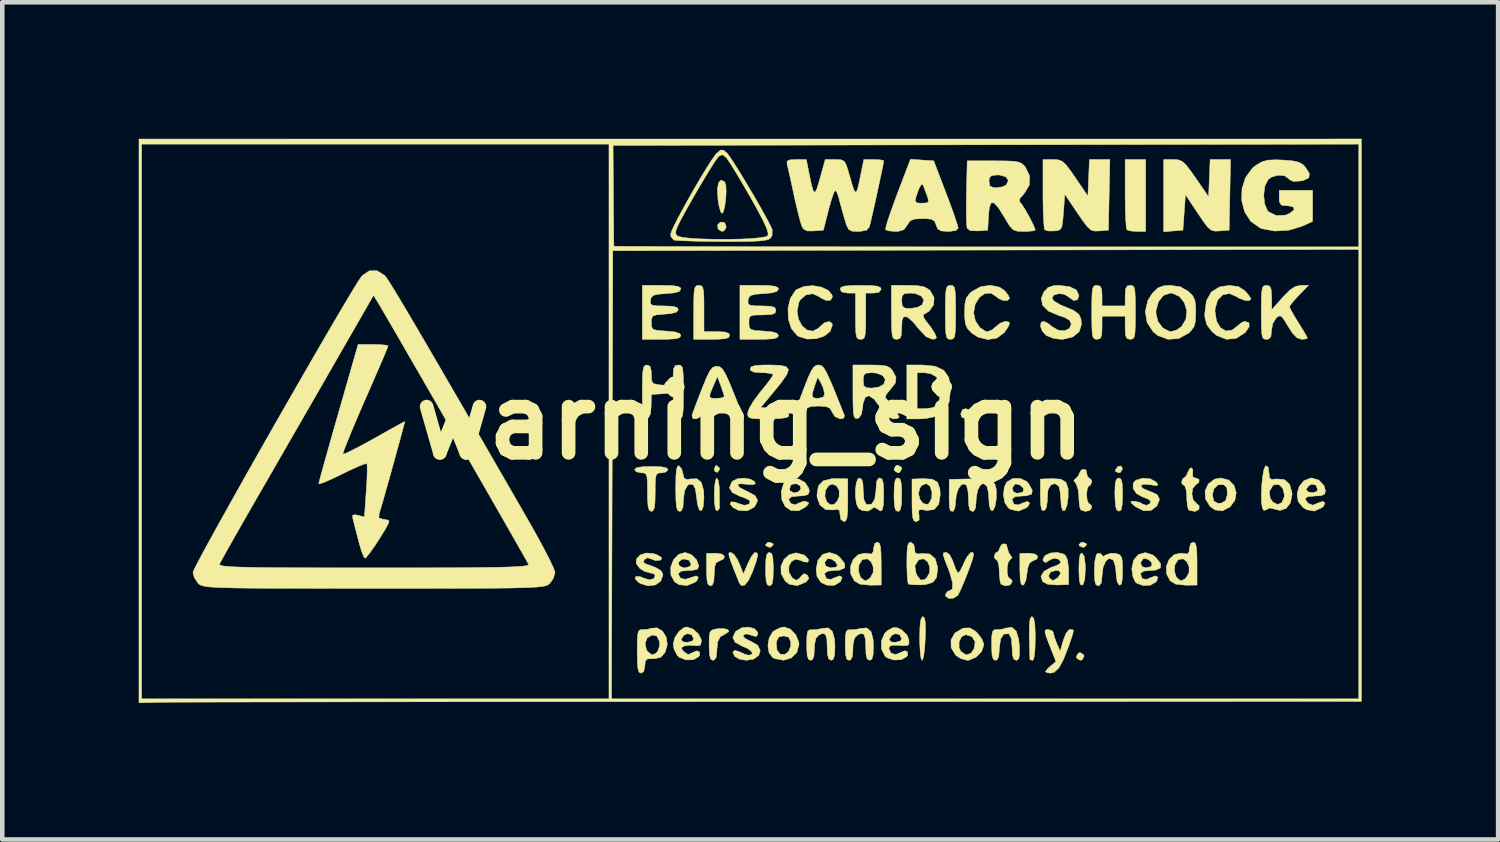
<source format=kicad_pcb>
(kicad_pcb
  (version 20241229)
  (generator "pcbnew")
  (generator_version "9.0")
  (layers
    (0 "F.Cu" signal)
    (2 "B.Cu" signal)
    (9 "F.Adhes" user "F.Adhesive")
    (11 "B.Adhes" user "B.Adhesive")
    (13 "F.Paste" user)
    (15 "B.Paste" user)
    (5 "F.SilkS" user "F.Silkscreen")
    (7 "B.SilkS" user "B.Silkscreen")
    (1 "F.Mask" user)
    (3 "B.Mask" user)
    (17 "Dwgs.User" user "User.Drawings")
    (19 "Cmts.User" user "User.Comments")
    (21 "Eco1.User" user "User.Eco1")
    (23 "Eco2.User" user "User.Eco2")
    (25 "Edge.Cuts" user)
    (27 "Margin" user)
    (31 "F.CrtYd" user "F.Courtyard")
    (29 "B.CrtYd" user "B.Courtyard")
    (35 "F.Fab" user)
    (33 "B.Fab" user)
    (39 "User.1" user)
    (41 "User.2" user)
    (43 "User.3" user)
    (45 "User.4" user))
  (footprint "warning_sign"
    (layer "F.Cu")
    (at 13.439 6.214)
    (property "Reference" "warning_sign" (at 0 0 0) (layer "F.SilkS") (effects (font (size 1.524 1.524) (thickness 0.3))))
    (attr through_hole)
    (fp_poly (pts (xy 8.184 1.04) (xy 8.139 1.117) (xy 8.095 1.129) (xy 8.029 1.096) (xy 8.028 1.062) (xy 8.084 0.987) (xy 8.152 0.978) (xy 8.184 1.04)) (stroke (width 0.01) (type solid)) (fill yes) (layer "F.SilkS"))
    (fp_poly (pts (xy -0.671 1.029) (xy -0.669 1.044) (xy -0.713 1.11) (xy -0.73 1.118) (xy -0.781 1.091) (xy -0.79 1.044) (xy -0.762 0.974) (xy -0.73 0.97) (xy -0.671 1.029)) (stroke (width 0.01) (type solid)) (fill yes) (layer "F.SilkS"))
    (fp_poly (pts (xy 0.498 2.683) (xy 0.508 2.709) (xy 0.462 2.759) (xy 0.423 2.766) (xy 0.348 2.735) (xy 0.339 2.709) (xy 0.384 2.659) (xy 0.423 2.653) (xy 0.498 2.683)) (stroke (width 0.01) (type solid)) (fill yes) (layer "F.SilkS"))
    (fp_poly (pts (xy 3.32 1.005) (xy 3.33 1.044) (xy 3.285 1.119) (xy 3.246 1.129) (xy 3.171 1.084) (xy 3.161 1.044) (xy 3.206 0.969) (xy 3.246 0.96) (xy 3.32 1.005)) (stroke (width 0.01) (type solid)) (fill yes) (layer "F.SilkS"))
    (fp_poly (pts (xy 4.836 -0.242) (xy 4.854 -0.169) (xy 4.814 -0.075) (xy 4.741 -0.056) (xy 4.647 -0.096) (xy 4.628 -0.169) (xy 4.668 -0.264) (xy 4.741 -0.282) (xy 4.836 -0.242)) (stroke (width 0.01) (type solid)) (fill yes) (layer "F.SilkS"))
    (fp_poly (pts (xy 7.328 5.125) (xy 7.338 5.165) (xy 7.293 5.239) (xy 7.253 5.249) (xy 7.178 5.204) (xy 7.168 5.165) (xy 7.214 5.09) (xy 7.253 5.08) (xy 7.328 5.125)) (stroke (width 0.01) (type solid)) (fill yes) (layer "F.SilkS"))
    (fp_poly (pts (xy 7.385 2.683) (xy 7.394 2.709) (xy 7.349 2.759) (xy 7.31 2.766) (xy 7.234 2.735) (xy 7.225 2.709) (xy 7.271 2.659) (xy 7.31 2.653) (xy 7.385 2.683)) (stroke (width 0.01) (type solid)) (fill yes) (layer "F.SilkS"))
    (fp_poly (pts (xy -0.574 -4.375) (xy -0.558 -4.362) (xy -0.526 -4.273) (xy -0.568 -4.195) (xy -0.621 -4.177) (xy -0.693 -4.218) (xy -0.709 -4.238) (xy -0.715 -4.324) (xy -0.655 -4.382) (xy -0.574 -4.375)) (stroke (width 0.01) (type solid)) (fill yes) (layer "F.SilkS"))
    (fp_poly (pts (xy 8.692 -4.177) (xy 8.504 -4.177) (xy 8.365 -4.187) (xy 8.281 -4.212) (xy 8.279 -4.215) (xy 8.265 -4.282) (xy 8.253 -4.44) (xy 8.245 -4.667) (xy 8.241 -4.941) (xy 8.241 -5.005) (xy 8.241 -5.757) (xy 8.692 -5.757) (xy 8.692 -4.177)) (stroke (width 0.01) (type solid)) (fill yes) (layer "F.SilkS"))
    (fp_poly (pts (xy -0.56 -5.267) (xy -0.534 -5.187) (xy -0.529 -5.043) (xy -0.539 -4.874) (xy -0.562 -4.714) (xy -0.594 -4.602) (xy -0.623 -4.572) (xy -0.655 -4.623) (xy -0.688 -4.754) (xy -0.709 -4.887) (xy -0.72 -5.104) (xy -0.696 -5.248) (xy -0.64 -5.306) (xy -0.56 -5.267)) (stroke (width 0.01) (type solid)) (fill yes) (layer "F.SilkS"))
    (fp_poly (pts (xy -0.703 1.293) (xy -0.682 1.424) (xy -0.677 1.552) (xy -0.677 1.731) (xy -0.675 1.862) (xy -0.673 1.904) (xy -0.712 1.957) (xy -0.73 1.965) (xy -0.765 1.924) (xy -0.786 1.779) (xy -0.79 1.613) (xy -0.782 1.42) (xy -0.761 1.287) (xy -0.734 1.242) (xy -0.703 1.293)) (stroke (width 0.01) (type solid)) (fill yes) (layer "F.SilkS"))
    (fp_poly (pts (xy 7.295 2.893) (xy 7.341 2.966) (xy 7.364 3.141) (xy 7.366 3.246) (xy 7.354 3.462) (xy 7.318 3.58) (xy 7.295 3.598) (xy 7.255 3.578) (xy 7.233 3.475) (xy 7.225 3.276) (xy 7.225 3.246) (xy 7.231 3.034) (xy 7.252 2.92) (xy 7.29 2.891) (xy 7.295 2.893)) (stroke (width 0.01) (type solid)) (fill yes) (layer "F.SilkS"))
    (fp_poly (pts (xy 8.147 1.266) (xy 8.174 1.354) (xy 8.184 1.525) (xy 8.184 1.609) (xy 8.176 1.831) (xy 8.149 1.949) (xy 8.1 1.972) (xy 8.053 1.938) (xy 8.032 1.865) (xy 8.019 1.716) (xy 8.015 1.571) (xy 8.022 1.377) (xy 8.046 1.275) (xy 8.093 1.242) (xy 8.1 1.242) (xy 8.147 1.266)) (stroke (width 0.01) (type solid)) (fill yes) (layer "F.SilkS"))
    (fp_poly (pts (xy -0.624 2.914) (xy -0.563 2.965) (xy -0.59 3.026) (xy -0.677 3.064) (xy -0.749 3.105) (xy -0.782 3.196) (xy -0.79 3.353) (xy -0.801 3.522) (xy -0.837 3.601) (xy -0.875 3.612) (xy -0.923 3.587) (xy -0.949 3.498) (xy -0.959 3.323) (xy -0.96 3.257) (xy -0.96 2.901) (xy -0.762 2.895) (xy -0.624 2.914)) (stroke (width 0.01) (type solid)) (fill yes) (layer "F.SilkS"))
    (fp_poly (pts (xy 0.471 2.903) (xy 0.497 2.991) (xy 0.507 3.162) (xy 0.508 3.246) (xy 0.502 3.451) (xy 0.482 3.566) (xy 0.443 3.61) (xy 0.423 3.612) (xy 0.376 3.588) (xy 0.349 3.5) (xy 0.339 3.329) (xy 0.339 3.246) (xy 0.344 3.04) (xy 0.365 2.925) (xy 0.404 2.881) (xy 0.423 2.879) (xy 0.471 2.903)) (stroke (width 0.01) (type solid)) (fill yes) (layer "F.SilkS"))
    (fp_poly (pts (xy 3.293 1.266) (xy 3.319 1.354) (xy 3.33 1.525) (xy 3.33 1.609) (xy 3.325 1.814) (xy 3.304 1.929) (xy 3.265 1.973) (xy 3.246 1.976) (xy 3.198 1.951) (xy 3.172 1.864) (xy 3.162 1.692) (xy 3.161 1.609) (xy 3.167 1.403) (xy 3.187 1.288) (xy 3.226 1.244) (xy 3.246 1.242) (xy 3.293 1.266)) (stroke (width 0.01) (type solid)) (fill yes) (layer "F.SilkS"))
    (fp_poly (pts (xy 3.831 4.322) (xy 3.85 4.429) (xy 3.852 4.625) (xy 3.848 4.769) (xy 3.834 4.986) (xy 3.813 5.152) (xy 3.788 5.241) (xy 3.778 5.249) (xy 3.754 5.197) (xy 3.736 5.058) (xy 3.726 4.858) (xy 3.725 4.77) (xy 3.731 4.515) (xy 3.749 4.361) (xy 3.78 4.295) (xy 3.796 4.29) (xy 3.831 4.322)) (stroke (width 0.01) (type solid)) (fill yes) (layer "F.SilkS"))
    (fp_poly (pts (xy 6.261 2.914) (xy 6.324 2.965) (xy 6.298 3.025) (xy 6.212 3.063) (xy 6.136 3.115) (xy 6.096 3.236) (xy 6.085 3.334) (xy 6.06 3.487) (xy 6.016 3.585) (xy 5.997 3.599) (xy 5.956 3.578) (xy 5.934 3.473) (xy 5.927 3.27) (xy 5.927 3.261) (xy 5.927 2.901) (xy 6.124 2.895) (xy 6.261 2.914)) (stroke (width 0.01) (type solid)) (fill yes) (layer "F.SilkS"))
    (fp_poly (pts (xy 6.232 4.327) (xy 6.255 4.448) (xy 6.265 4.663) (xy 6.265 4.77) (xy 6.259 5.003) (xy 6.242 5.169) (xy 6.216 5.246) (xy 6.209 5.249) (xy 6.151 5.238) (xy 6.149 5.235) (xy 6.146 5.176) (xy 6.142 5.032) (xy 6.137 4.83) (xy 6.135 4.755) (xy 6.135 4.508) (xy 6.148 4.359) (xy 6.178 4.295) (xy 6.195 4.29) (xy 6.232 4.327)) (stroke (width 0.01) (type solid)) (fill yes) (layer "F.SilkS"))
    (fp_poly (pts (xy -0.489 4.576) (xy -0.47 4.618) (xy -0.541 4.665) (xy -0.658 4.732) (xy -0.716 4.844) (xy -0.733 5.033) (xy -0.733 5.038) (xy -0.75 5.19) (xy -0.802 5.248) (xy -0.818 5.249) (xy -0.868 5.223) (xy -0.894 5.13) (xy -0.903 4.948) (xy -0.903 4.917) (xy -0.901 4.731) (xy -0.883 4.629) (xy -0.836 4.582) (xy -0.744 4.56) (xy -0.72 4.556) (xy -0.579 4.551) (xy -0.489 4.576)) (stroke (width 0.01) (type solid)) (fill yes) (layer "F.SilkS"))
    (fp_poly (pts (xy -1.075 -2.983) (xy -1.042 -2.943) (xy -1.024 -2.851) (xy -1.017 -2.684) (xy -1.016 -2.484) (xy -1.016 -1.976) (xy -0.734 -1.976) (xy -0.556 -1.966) (xy -0.47 -1.935) (xy -0.452 -1.891) (xy -0.475 -1.845) (xy -0.558 -1.819) (xy -0.723 -1.807) (xy -0.847 -1.806) (xy -1.242 -1.806) (xy -1.242 -2.399) (xy -1.24 -2.663) (xy -1.234 -2.835) (xy -1.218 -2.933) (xy -1.189 -2.979) (xy -1.143 -2.991) (xy -1.129 -2.992) (xy -1.075 -2.983)) (stroke (width 0.01) (type solid)) (fill yes) (layer "F.SilkS"))
    (fp_poly (pts (xy 10.527 -4.205) (xy 10.318 -4.188) (xy 10.214 -4.184) (xy 10.135 -4.205) (xy 10.058 -4.269) (xy 9.963 -4.394) (xy 9.838 -4.578) (xy 9.567 -4.986) (xy 9.539 -4.596) (xy 9.511 -4.205) (xy 9.299 -4.188) (xy 9.088 -4.17) (xy 9.088 -5.757) (xy 9.299 -5.757) (xy 9.406 -5.751) (xy 9.49 -5.72) (xy 9.574 -5.645) (xy 9.68 -5.509) (xy 9.793 -5.348) (xy 10.075 -4.939) (xy 10.092 -5.348) (xy 10.109 -5.757) (xy 10.558 -5.757) (xy 10.527 -4.205)) (stroke (width 0.01) (type solid)) (fill yes) (layer "F.SilkS"))
    (fp_poly (pts (xy 0.155 2.894) (xy 0.163 2.953) (xy 0.132 3.076) (xy 0.059 3.282) (xy 0.052 3.3) (xy -0.038 3.495) (xy -0.125 3.599) (xy -0.2 3.604) (xy -0.242 3.542) (xy -0.351 3.269) (xy -0.423 3.083) (xy -0.461 2.968) (xy -0.472 2.907) (xy -0.458 2.883) (xy -0.426 2.879) (xy -0.422 2.879) (xy -0.352 2.927) (xy -0.274 3.048) (xy -0.243 3.115) (xy -0.149 3.351) (xy -0.048 3.115) (xy 0.023 2.973) (xy 0.089 2.889) (xy 0.111 2.879) (xy 0.155 2.894)) (stroke (width 0.01) (type solid)) (fill yes) (layer "F.SilkS"))
    (fp_poly (pts (xy 4.453 -2.984) (xy 4.486 -2.949) (xy 4.504 -2.865) (xy 4.513 -2.713) (xy 4.516 -2.473) (xy 4.516 -2.399) (xy 4.514 -2.134) (xy 4.507 -1.963) (xy 4.491 -1.865) (xy 4.462 -1.819) (xy 4.417 -1.807) (xy 4.403 -1.806) (xy 4.352 -1.814) (xy 4.32 -1.849) (xy 4.301 -1.933) (xy 4.292 -2.085) (xy 4.29 -2.325) (xy 4.29 -2.399) (xy 4.291 -2.663) (xy 4.298 -2.835) (xy 4.314 -2.933) (xy 4.343 -2.979) (xy 4.389 -2.991) (xy 4.403 -2.992) (xy 4.453 -2.984)) (stroke (width 0.01) (type solid)) (fill yes) (layer "F.SilkS"))
    (fp_poly (pts (xy 2.659 -2.988) (xy 2.798 -2.973) (xy 2.864 -2.944) (xy 2.879 -2.907) (xy 2.828 -2.84) (xy 2.709 -2.822) (xy 2.54 -2.822) (xy 2.54 -2.314) (xy 2.538 -2.073) (xy 2.529 -1.923) (xy 2.509 -1.843) (xy 2.472 -1.811) (xy 2.427 -1.806) (xy 2.373 -1.815) (xy 2.34 -1.855) (xy 2.322 -1.947) (xy 2.315 -2.114) (xy 2.314 -2.314) (xy 2.314 -2.822) (xy 2.145 -2.822) (xy 2.01 -2.847) (xy 1.976 -2.907) (xy 1.997 -2.95) (xy 2.074 -2.976) (xy 2.227 -2.989) (xy 2.427 -2.992) (xy 2.659 -2.988)) (stroke (width 0.01) (type solid)) (fill yes) (layer "F.SilkS"))
    (fp_poly (pts (xy 6.823 1.267) (xy 6.939 1.335) (xy 6.988 1.476) (xy 6.988 1.67) (xy 6.961 1.853) (xy 6.918 1.952) (xy 6.872 1.96) (xy 6.838 1.871) (xy 6.829 1.74) (xy 6.817 1.57) (xy 6.79 1.441) (xy 6.778 1.417) (xy 6.697 1.364) (xy 6.608 1.395) (xy 6.549 1.491) (xy 6.542 1.536) (xy 6.53 1.749) (xy 6.513 1.874) (xy 6.486 1.937) (xy 6.449 1.961) (xy 6.408 1.941) (xy 6.385 1.837) (xy 6.378 1.634) (xy 6.378 1.626) (xy 6.378 1.266) (xy 6.627 1.256) (xy 6.823 1.267)) (stroke (width 0.01) (type solid)) (fill yes) (layer "F.SilkS"))
    (fp_poly (pts (xy 10.518 1.288) (xy 10.634 1.405) (xy 10.682 1.564) (xy 10.653 1.734) (xy 10.546 1.877) (xy 10.376 1.966) (xy 10.211 1.942) (xy 10.104 1.863) (xy 10.006 1.701) (xy 10.002 1.606) (xy 10.16 1.606) (xy 10.186 1.746) (xy 10.275 1.798) (xy 10.355 1.794) (xy 10.447 1.743) (xy 10.487 1.608) (xy 10.488 1.602) (xy 10.477 1.455) (xy 10.41 1.389) (xy 10.285 1.391) (xy 10.192 1.479) (xy 10.16 1.606) (xy 10.002 1.606) (xy 9.998 1.527) (xy 10.068 1.373) (xy 10.205 1.269) (xy 10.344 1.242) (xy 10.518 1.288)) (stroke (width 0.01) (type solid)) (fill yes) (layer "F.SilkS"))
    (fp_poly (pts (xy -1.952 0.996) (xy -1.834 1.023) (xy -1.806 1.058) (xy -1.854 1.111) (xy -1.947 1.129) (xy -2.019 1.134) (xy -2.061 1.166) (xy -2.081 1.248) (xy -2.088 1.404) (xy -2.088 1.552) (xy -2.093 1.776) (xy -2.109 1.907) (xy -2.141 1.966) (xy -2.173 1.976) (xy -2.218 1.953) (xy -2.244 1.873) (xy -2.256 1.715) (xy -2.258 1.552) (xy -2.26 1.337) (xy -2.27 1.211) (xy -2.297 1.15) (xy -2.349 1.13) (xy -2.399 1.129) (xy -2.505 1.105) (xy -2.54 1.058) (xy -2.496 1.016) (xy -2.356 0.993) (xy -2.173 0.988) (xy -1.952 0.996)) (stroke (width 0.01) (type solid)) (fill yes) (layer "F.SilkS"))
    (fp_poly (pts (xy 1.173 2.931) (xy 1.217 2.959) (xy 1.286 3.04) (xy 1.267 3.091) (xy 1.18 3.086) (xy 1.122 3.057) (xy 1 3.026) (xy 0.905 3.079) (xy 0.85 3.183) (xy 0.85 3.311) (xy 0.919 3.431) (xy 0.937 3.448) (xy 1.018 3.491) (xy 1.085 3.444) (xy 1.107 3.416) (xy 1.18 3.345) (xy 1.245 3.369) (xy 1.256 3.379) (xy 1.291 3.448) (xy 1.234 3.519) (xy 1.217 3.532) (xy 1.04 3.606) (xy 0.868 3.581) (xy 0.771 3.509) (xy 0.68 3.346) (xy 0.676 3.18) (xy 0.741 3.034) (xy 0.857 2.929) (xy 1.007 2.887) (xy 1.173 2.931)) (stroke (width 0.01) (type solid)) (fill yes) (layer "F.SilkS"))
    (fp_poly (pts (xy 4.065 -1.214) (xy 4.256 -1.124) (xy 4.365 -0.965) (xy 4.403 -0.729) (xy 4.403 -0.711) (xy 4.374 -0.433) (xy 4.28 -0.239) (xy 4.11 -0.119) (xy 3.856 -0.063) (xy 3.689 -0.056) (xy 3.443 -0.056) (xy 3.443 -1.072) (xy 3.669 -1.072) (xy 3.669 -0.282) (xy 3.855 -0.282) (xy 4.005 -0.302) (xy 4.108 -0.348) (xy 4.109 -0.35) (xy 4.16 -0.464) (xy 4.176 -0.636) (xy 4.159 -0.816) (xy 4.109 -0.956) (xy 4.088 -0.984) (xy 3.968 -1.05) (xy 3.834 -1.072) (xy 3.669 -1.072) (xy 3.443 -1.072) (xy 3.443 -1.242) (xy 3.784 -1.242) (xy 4.065 -1.214)) (stroke (width 0.01) (type solid)) (fill yes) (layer "F.SilkS"))
    (fp_poly (pts (xy 0.884 4.565) (xy 1.002 4.689) (xy 1.068 4.85) (xy 1.072 4.902) (xy 1.025 5.078) (xy 0.901 5.198) (xy 0.731 5.248) (xy 0.541 5.212) (xy 0.494 5.188) (xy 0.415 5.084) (xy 0.389 4.927) (xy 0.398 4.876) (xy 0.574 4.876) (xy 0.59 5.028) (xy 0.66 5.115) (xy 0.761 5.119) (xy 0.844 5.055) (xy 0.891 4.936) (xy 0.893 4.843) (xy 0.846 4.74) (xy 0.734 4.713) (xy 0.627 4.736) (xy 0.581 4.828) (xy 0.574 4.876) (xy 0.398 4.876) (xy 0.416 4.759) (xy 0.493 4.626) (xy 0.521 4.603) (xy 0.652 4.536) (xy 0.746 4.516) (xy 0.884 4.565)) (stroke (width 0.01) (type solid)) (fill yes) (layer "F.SilkS"))
    (fp_poly (pts (xy 1.808 4.616) (xy 1.855 4.792) (xy 1.863 4.946) (xy 1.855 5.131) (xy 1.827 5.225) (xy 1.778 5.249) (xy 1.724 5.218) (xy 1.698 5.111) (xy 1.693 4.977) (xy 1.685 4.779) (xy 1.655 4.678) (xy 1.592 4.658) (xy 1.517 4.689) (xy 1.445 4.763) (xy 1.414 4.903) (xy 1.411 4.997) (xy 1.4 5.164) (xy 1.362 5.239) (xy 1.326 5.249) (xy 1.278 5.224) (xy 1.251 5.132) (xy 1.242 4.953) (xy 1.242 4.907) (xy 1.246 4.717) (xy 1.264 4.615) (xy 1.303 4.579) (xy 1.341 4.579) (xy 1.473 4.573) (xy 1.569 4.55) (xy 1.714 4.537) (xy 1.808 4.616)) (stroke (width 0.01) (type solid)) (fill yes) (layer "F.SilkS"))
    (fp_poly (pts (xy 2.655 4.616) (xy 2.702 4.792) (xy 2.709 4.946) (xy 2.701 5.131) (xy 2.674 5.225) (xy 2.625 5.249) (xy 2.571 5.218) (xy 2.545 5.111) (xy 2.54 4.977) (xy 2.532 4.779) (xy 2.501 4.678) (xy 2.439 4.658) (xy 2.363 4.689) (xy 2.291 4.763) (xy 2.261 4.903) (xy 2.258 4.997) (xy 2.247 5.164) (xy 2.208 5.239) (xy 2.173 5.249) (xy 2.124 5.224) (xy 2.098 5.132) (xy 2.089 4.953) (xy 2.088 4.907) (xy 2.093 4.717) (xy 2.111 4.615) (xy 2.149 4.579) (xy 2.187 4.579) (xy 2.319 4.573) (xy 2.416 4.55) (xy 2.56 4.537) (xy 2.655 4.616)) (stroke (width 0.01) (type solid)) (fill yes) (layer "F.SilkS"))
    (fp_poly (pts (xy 7.08 4.573) (xy 7.102 4.591) (xy 7.095 4.649) (xy 7.057 4.771) (xy 6.998 4.941) (xy 6.887 5.228) (xy 6.785 5.415) (xy 6.682 5.511) (xy 6.603 5.532) (xy 6.512 5.517) (xy 6.491 5.498) (xy 6.53 5.442) (xy 6.606 5.371) (xy 6.721 5.278) (xy 6.582 4.925) (xy 6.51 4.738) (xy 6.479 4.632) (xy 6.487 4.585) (xy 6.531 4.572) (xy 6.552 4.572) (xy 6.642 4.603) (xy 6.663 4.643) (xy 6.686 4.741) (xy 6.739 4.88) (xy 6.74 4.882) (xy 6.814 5.052) (xy 6.881 4.812) (xy 6.942 4.655) (xy 7.011 4.576) (xy 7.03 4.572) (xy 7.08 4.573)) (stroke (width 0.01) (type solid)) (fill yes) (layer "F.SilkS"))
    (fp_poly (pts (xy 4.952 4.611) (xy 4.992 4.649) (xy 5.09 4.777) (xy 5.136 4.898) (xy 5.136 4.908) (xy 5.087 5.056) (xy 4.964 5.181) (xy 4.808 5.246) (xy 4.77 5.249) (xy 4.624 5.21) (xy 4.516 5.136) (xy 4.418 4.975) (xy 4.591 4.975) (xy 4.629 5.053) (xy 4.742 5.13) (xy 4.849 5.098) (xy 4.92 4.997) (xy 4.944 4.844) (xy 4.877 4.73) (xy 4.737 4.685) (xy 4.735 4.685) (xy 4.644 4.732) (xy 4.591 4.844) (xy 4.591 4.975) (xy 4.418 4.975) (xy 4.416 4.971) (xy 4.414 4.799) (xy 4.5 4.648) (xy 4.667 4.55) (xy 4.696 4.541) (xy 4.83 4.537) (xy 4.952 4.611)) (stroke (width 0.01) (type solid)) (fill yes) (layer "F.SilkS"))
    (fp_poly (pts (xy 5.631 2.698) (xy 5.644 2.756) (xy 5.682 2.884) (xy 5.715 2.931) (xy 5.757 2.998) (xy 5.715 3.032) (xy 5.671 3.094) (xy 5.648 3.212) (xy 5.649 3.338) (xy 5.675 3.427) (xy 5.701 3.443) (xy 5.751 3.489) (xy 5.757 3.528) (xy 5.712 3.592) (xy 5.615 3.613) (xy 5.52 3.581) (xy 5.513 3.575) (xy 5.49 3.5) (xy 5.476 3.356) (xy 5.475 3.293) (xy 5.463 3.144) (xy 5.434 3.058) (xy 5.419 3.048) (xy 5.369 3.002) (xy 5.362 2.963) (xy 5.393 2.888) (xy 5.419 2.879) (xy 5.47 2.833) (xy 5.475 2.8) (xy 5.521 2.713) (xy 5.56 2.689) (xy 5.631 2.698)) (stroke (width 0.01) (type solid)) (fill yes) (layer "F.SilkS"))
    (fp_poly (pts (xy 5.845 4.604) (xy 5.901 4.787) (xy 5.915 4.931) (xy 5.919 5.117) (xy 5.903 5.215) (xy 5.86 5.248) (xy 5.845 5.249) (xy 5.79 5.221) (xy 5.763 5.122) (xy 5.757 4.973) (xy 5.74 4.771) (xy 5.69 4.673) (xy 5.68 4.667) (xy 5.574 4.673) (xy 5.504 4.779) (xy 5.476 4.975) (xy 5.475 5.007) (xy 5.463 5.17) (xy 5.422 5.242) (xy 5.39 5.249) (xy 5.342 5.224) (xy 5.315 5.132) (xy 5.306 4.953) (xy 5.306 4.907) (xy 5.31 4.716) (xy 5.328 4.615) (xy 5.367 4.578) (xy 5.405 4.577) (xy 5.54 4.566) (xy 5.61 4.543) (xy 5.749 4.524) (xy 5.845 4.604)) (stroke (width 0.01) (type solid)) (fill yes) (layer "F.SilkS"))
    (fp_poly (pts (xy 9.731 1.061) (xy 9.725 1.129) (xy 9.729 1.221) (xy 9.787 1.242) (xy 9.866 1.274) (xy 9.863 1.34) (xy 9.793 1.391) (xy 9.73 1.468) (xy 9.708 1.588) (xy 9.735 1.722) (xy 9.793 1.786) (xy 9.868 1.853) (xy 9.864 1.932) (xy 9.786 1.975) (xy 9.774 1.976) (xy 9.667 1.957) (xy 9.633 1.938) (xy 9.61 1.863) (xy 9.597 1.719) (xy 9.596 1.656) (xy 9.584 1.508) (xy 9.555 1.421) (xy 9.539 1.411) (xy 9.489 1.365) (xy 9.483 1.326) (xy 9.51 1.251) (xy 9.533 1.242) (xy 9.585 1.195) (xy 9.612 1.129) (xy 9.659 1.037) (xy 9.698 1.016) (xy 9.731 1.061)) (stroke (width 0.01) (type solid)) (fill yes) (layer "F.SilkS"))
    (fp_poly (pts (xy 2.898 1.266) (xy 2.924 1.354) (xy 2.934 1.525) (xy 2.935 1.609) (xy 2.928 1.826) (xy 2.904 1.942) (xy 2.858 1.968) (xy 2.783 1.914) (xy 2.715 1.883) (xy 2.684 1.914) (xy 2.593 1.969) (xy 2.467 1.959) (xy 2.382 1.908) (xy 2.337 1.812) (xy 2.314 1.662) (xy 2.313 1.495) (xy 2.333 1.347) (xy 2.372 1.255) (xy 2.399 1.242) (xy 2.453 1.273) (xy 2.479 1.379) (xy 2.484 1.518) (xy 2.5 1.72) (xy 2.55 1.818) (xy 2.561 1.824) (xy 2.667 1.818) (xy 2.737 1.712) (xy 2.765 1.516) (xy 2.766 1.484) (xy 2.778 1.321) (xy 2.819 1.249) (xy 2.85 1.242) (xy 2.898 1.266)) (stroke (width 0.01) (type solid)) (fill yes) (layer "F.SilkS"))
    (fp_poly (pts (xy 6.765 -5.752) (xy 6.85 -5.722) (xy 6.933 -5.651) (xy 7.036 -5.518) (xy 7.148 -5.356) (xy 7.422 -4.954) (xy 7.439 -5.356) (xy 7.456 -5.757) (xy 7.905 -5.757) (xy 7.874 -4.205) (xy 7.672 -4.188) (xy 7.572 -4.185) (xy 7.494 -4.208) (xy 7.416 -4.275) (xy 7.317 -4.402) (xy 7.193 -4.583) (xy 6.914 -4.995) (xy 6.886 -4.6) (xy 6.869 -4.394) (xy 6.848 -4.274) (xy 6.809 -4.217) (xy 6.741 -4.194) (xy 6.687 -4.188) (xy 6.553 -4.188) (xy 6.475 -4.212) (xy 6.46 -4.28) (xy 6.448 -4.44) (xy 6.439 -4.667) (xy 6.435 -4.941) (xy 6.435 -5.005) (xy 6.435 -5.757) (xy 6.654 -5.757) (xy 6.765 -5.752)) (stroke (width 0.01) (type solid)) (fill yes) (layer "F.SilkS"))
    (fp_poly (pts (xy 7.379 1.061) (xy 7.394 1.131) (xy 7.418 1.221) (xy 7.451 1.242) (xy 7.501 1.287) (xy 7.507 1.326) (xy 7.477 1.402) (xy 7.451 1.411) (xy 7.413 1.461) (xy 7.395 1.583) (xy 7.394 1.609) (xy 7.408 1.739) (xy 7.443 1.805) (xy 7.451 1.806) (xy 7.501 1.852) (xy 7.507 1.891) (xy 7.462 1.955) (xy 7.365 1.976) (xy 7.27 1.945) (xy 7.263 1.938) (xy 7.239 1.862) (xy 7.226 1.72) (xy 7.225 1.667) (xy 7.209 1.501) (xy 7.168 1.378) (xy 7.154 1.359) (xy 7.112 1.292) (xy 7.154 1.258) (xy 7.22 1.187) (xy 7.225 1.158) (xy 7.27 1.076) (xy 7.31 1.052) (xy 7.379 1.061)) (stroke (width 0.01) (type solid)) (fill yes) (layer "F.SilkS"))
    (fp_poly (pts (xy -1.508 1.041) (xy -1.478 1.147) (xy -1.45 1.254) (xy -1.378 1.275) (xy -1.322 1.264) (xy -1.17 1.259) (xy -1.073 1.341) (xy -1.024 1.517) (xy -1.016 1.677) (xy -1.032 1.872) (xy -1.071 1.962) (xy -1.118 1.945) (xy -1.159 1.822) (xy -1.175 1.689) (xy -1.205 1.481) (xy -1.26 1.38) (xy -1.343 1.383) (xy -1.38 1.409) (xy -1.443 1.525) (xy -1.468 1.719) (xy -1.468 1.728) (xy -1.479 1.893) (xy -1.519 1.967) (xy -1.552 1.976) (xy -1.593 1.956) (xy -1.619 1.884) (xy -1.632 1.741) (xy -1.637 1.507) (xy -1.637 1.463) (xy -1.633 1.208) (xy -1.619 1.052) (xy -1.594 0.98) (xy -1.566 0.973) (xy -1.508 1.041)) (stroke (width 0.01) (type solid)) (fill yes) (layer "F.SilkS"))
    (fp_poly (pts (xy 2.145 1.26) (xy 2.145 1.73) (xy 2.141 1.968) (xy 2.128 2.112) (xy 2.101 2.183) (xy 2.06 2.201) (xy 1.992 2.152) (xy 1.976 2.054) (xy 1.962 1.951) (xy 1.898 1.93) (xy 1.828 1.944) (xy 1.66 1.938) (xy 1.535 1.839) (xy 1.471 1.667) (xy 1.47 1.647) (xy 1.642 1.647) (xy 1.681 1.762) (xy 1.76 1.828) (xy 1.842 1.824) (xy 1.914 1.751) (xy 1.955 1.654) (xy 1.955 1.514) (xy 1.896 1.412) (xy 1.803 1.375) (xy 1.724 1.409) (xy 1.653 1.517) (xy 1.642 1.647) (xy 1.47 1.647) (xy 1.468 1.604) (xy 1.5 1.416) (xy 1.606 1.304) (xy 1.796 1.258) (xy 1.89 1.256) (xy 2.145 1.26)) (stroke (width 0.01) (type solid)) (fill yes) (layer "F.SilkS"))
    (fp_poly (pts (xy 0.003 1.268) (xy 0.096 1.321) (xy 0.113 1.363) (xy 0.064 1.39) (xy -0.058 1.384) (xy -0.085 1.379) (xy -0.23 1.367) (xy -0.277 1.395) (xy -0.229 1.453) (xy -0.087 1.527) (xy -0.056 1.539) (xy 0.109 1.631) (xy 0.164 1.735) (xy 0.11 1.855) (xy 0.081 1.887) (xy -0.07 1.965) (xy -0.25 1.955) (xy -0.37 1.896) (xy -0.442 1.815) (xy -0.423 1.768) (xy -0.334 1.772) (xy -0.259 1.803) (xy -0.126 1.843) (xy -0.028 1.818) (xy 0 1.755) (xy -0.049 1.713) (xy -0.171 1.661) (xy -0.226 1.644) (xy -0.392 1.563) (xy -0.455 1.459) (xy -0.41 1.339) (xy -0.384 1.31) (xy -0.278 1.258) (xy -0.136 1.245) (xy 0.003 1.268)) (stroke (width 0.01) (type solid)) (fill yes) (layer "F.SilkS"))
    (fp_poly (pts (xy 8.043 2.902) (xy 8.121 2.93) (xy 8.164 2.986) (xy 8.181 3.097) (xy 8.184 3.28) (xy 8.177 3.479) (xy 8.154 3.581) (xy 8.114 3.598) (xy 8.067 3.53) (xy 8.044 3.383) (xy 8.043 3.342) (xy 8.026 3.177) (xy 7.984 3.056) (xy 7.969 3.037) (xy 7.887 3.01) (xy 7.811 3.074) (xy 7.755 3.21) (xy 7.733 3.395) (xy 7.733 3.397) (xy 7.717 3.55) (xy 7.667 3.61) (xy 7.648 3.612) (xy 7.599 3.586) (xy 7.572 3.493) (xy 7.564 3.313) (xy 7.564 3.277) (xy 7.575 3.074) (xy 7.605 2.939) (xy 7.631 2.9) (xy 7.703 2.901) (xy 7.721 2.927) (xy 7.761 2.967) (xy 7.822 2.931) (xy 7.934 2.894) (xy 8.043 2.902)) (stroke (width 0.01) (type solid)) (fill yes) (layer "F.SilkS"))
    (fp_poly (pts (xy -2.121 2.904) (xy -2.045 2.932) (xy -1.95 2.988) (xy -1.955 3.034) (xy -1.973 3.047) (xy -2.084 3.058) (xy -2.153 3.03) (xy -2.257 2.995) (xy -2.322 3.033) (xy -2.353 3.094) (xy -2.281 3.135) (xy -2.077 3.21) (xy -1.963 3.277) (xy -1.921 3.351) (xy -1.919 3.374) (xy -1.966 3.51) (xy -2.085 3.593) (xy -2.245 3.613) (xy -2.414 3.561) (xy -2.459 3.532) (xy -2.531 3.452) (xy -2.512 3.405) (xy -2.423 3.409) (xy -2.348 3.44) (xy -2.211 3.481) (xy -2.115 3.451) (xy -2.088 3.383) (xy -2.135 3.339) (xy -2.195 3.33) (xy -2.318 3.296) (xy -2.424 3.231) (xy -2.507 3.119) (xy -2.497 3.015) (xy -2.416 2.933) (xy -2.284 2.891) (xy -2.121 2.904)) (stroke (width 0.01) (type solid)) (fill yes) (layer "F.SilkS"))
    (fp_poly (pts (xy 0.09 4.553) (xy 0.164 4.632) (xy 0.169 4.669) (xy 0.137 4.726) (xy 0.071 4.713) (xy -0.073 4.668) (xy -0.143 4.687) (xy -0.154 4.713) (xy -0.116 4.767) (xy -0.005 4.824) (xy 0.015 4.831) (xy 0.165 4.919) (xy 0.22 5.032) (xy 0.188 5.142) (xy 0.074 5.223) (xy -0.085 5.249) (xy -0.235 5.224) (xy -0.339 5.164) (xy -0.34 5.163) (xy -0.383 5.07) (xy -0.341 5.03) (xy -0.238 5.06) (xy -0.224 5.068) (xy -0.097 5.124) (xy -0.024 5.136) (xy 0.047 5.114) (xy 0.032 5.059) (xy -0.053 4.991) (xy -0.173 4.938) (xy -0.331 4.853) (xy -0.383 4.747) (xy -0.326 4.625) (xy -0.309 4.607) (xy -0.185 4.535) (xy -0.039 4.519) (xy 0.09 4.553)) (stroke (width 0.01) (type solid)) (fill yes) (layer "F.SilkS"))
    (fp_poly (pts (xy 2.837 2.674) (xy 2.863 2.749) (xy 2.875 2.899) (xy 2.879 3.124) (xy 2.879 3.595) (xy 2.629 3.598) (xy 2.411 3.575) (xy 2.29 3.504) (xy 2.209 3.35) (xy 2.207 3.295) (xy 2.382 3.295) (xy 2.424 3.422) (xy 2.507 3.494) (xy 2.54 3.5) (xy 2.604 3.465) (xy 2.642 3.432) (xy 2.703 3.318) (xy 2.703 3.192) (xy 2.656 3.082) (xy 2.576 3.019) (xy 2.477 3.032) (xy 2.455 3.048) (xy 2.39 3.157) (xy 2.382 3.295) (xy 2.207 3.295) (xy 2.205 3.183) (xy 2.265 3.031) (xy 2.376 2.926) (xy 2.525 2.894) (xy 2.566 2.901) (xy 2.671 2.913) (xy 2.707 2.855) (xy 2.709 2.795) (xy 2.739 2.681) (xy 2.794 2.653) (xy 2.837 2.674)) (stroke (width 0.01) (type solid)) (fill yes) (layer "F.SilkS"))
    (fp_poly (pts (xy 3.999 1.268) (xy 4.117 1.336) (xy 4.169 1.48) (xy 4.177 1.614) (xy 4.143 1.819) (xy 4.044 1.934) (xy 3.881 1.956) (xy 3.818 1.944) (xy 3.722 1.933) (xy 3.7 1.987) (xy 3.711 2.056) (xy 3.713 2.167) (xy 3.652 2.201) (xy 3.647 2.201) (xy 3.602 2.185) (xy 3.574 2.121) (xy 3.56 1.988) (xy 3.556 1.766) (xy 3.556 1.734) (xy 3.556 1.59) (xy 3.7 1.59) (xy 3.731 1.712) (xy 3.8 1.8) (xy 3.887 1.823) (xy 3.93 1.801) (xy 3.989 1.689) (xy 3.996 1.557) (xy 3.95 1.418) (xy 3.866 1.364) (xy 3.771 1.405) (xy 3.725 1.468) (xy 3.7 1.59) (xy 3.556 1.59) (xy 3.556 1.266) (xy 3.793 1.256) (xy 3.999 1.268)) (stroke (width 0.01) (type solid)) (fill yes) (layer "F.SilkS"))
    (fp_poly (pts (xy 4.911 2.928) (xy 4.89 3.015) (xy 4.837 3.172) (xy 4.765 3.364) (xy 4.687 3.558) (xy 4.616 3.72) (xy 4.566 3.817) (xy 4.56 3.824) (xy 4.466 3.884) (xy 4.362 3.888) (xy 4.295 3.839) (xy 4.29 3.81) (xy 4.335 3.735) (xy 4.374 3.725) (xy 4.444 3.681) (xy 4.448 3.548) (xy 4.387 3.325) (xy 4.346 3.217) (xy 4.275 3.035) (xy 4.243 2.933) (xy 4.248 2.889) (xy 4.288 2.879) (xy 4.316 2.879) (xy 4.384 2.929) (xy 4.45 3.058) (xy 4.466 3.104) (xy 4.516 3.244) (xy 4.561 3.323) (xy 4.572 3.33) (xy 4.615 3.283) (xy 4.675 3.164) (xy 4.7 3.104) (xy 4.769 2.969) (xy 4.84 2.887) (xy 4.894 2.874) (xy 4.911 2.928)) (stroke (width 0.01) (type solid)) (fill yes) (layer "F.SilkS"))
    (fp_poly (pts (xy 9.779 2.674) (xy 9.805 2.749) (xy 9.818 2.899) (xy 9.821 3.124) (xy 9.821 3.595) (xy 9.571 3.598) (xy 9.353 3.575) (xy 9.233 3.504) (xy 9.151 3.35) (xy 9.15 3.295) (xy 9.325 3.295) (xy 9.366 3.422) (xy 9.449 3.494) (xy 9.483 3.5) (xy 9.547 3.465) (xy 9.584 3.432) (xy 9.646 3.318) (xy 9.646 3.192) (xy 9.598 3.082) (xy 9.518 3.019) (xy 9.42 3.032) (xy 9.398 3.048) (xy 9.333 3.157) (xy 9.325 3.295) (xy 9.15 3.295) (xy 9.147 3.183) (xy 9.208 3.031) (xy 9.319 2.926) (xy 9.467 2.894) (xy 9.509 2.901) (xy 9.614 2.913) (xy 9.649 2.855) (xy 9.652 2.795) (xy 9.681 2.681) (xy 9.737 2.653) (xy 9.779 2.674)) (stroke (width 0.01) (type solid)) (fill yes) (layer "F.SilkS"))
    (fp_poly (pts (xy 8.793 1.26) (xy 8.92 1.329) (xy 8.925 1.335) (xy 8.964 1.393) (xy 8.935 1.41) (xy 8.817 1.394) (xy 8.785 1.388) (xy 8.638 1.379) (xy 8.585 1.413) (xy 8.625 1.469) (xy 8.759 1.527) (xy 8.789 1.536) (xy 8.946 1.608) (xy 8.997 1.714) (xy 8.939 1.856) (xy 8.939 1.856) (xy 8.809 1.956) (xy 8.643 1.961) (xy 8.468 1.872) (xy 8.459 1.865) (xy 8.372 1.787) (xy 8.37 1.758) (xy 8.441 1.752) (xy 8.567 1.779) (xy 8.62 1.813) (xy 8.708 1.844) (xy 8.787 1.806) (xy 8.805 1.755) (xy 8.757 1.711) (xy 8.639 1.662) (xy 8.622 1.657) (xy 8.488 1.582) (xy 8.416 1.471) (xy 8.418 1.357) (xy 8.476 1.291) (xy 8.626 1.246) (xy 8.793 1.26)) (stroke (width 0.01) (type solid)) (fill yes) (layer "F.SilkS"))
    (fp_poly (pts (xy 12.499 1.29) (xy 12.611 1.408) (xy 12.644 1.528) (xy 12.623 1.6) (xy 12.543 1.631) (xy 12.418 1.637) (xy 12.253 1.652) (xy 12.196 1.699) (xy 12.246 1.779) (xy 12.272 1.803) (xy 12.363 1.84) (xy 12.467 1.797) (xy 12.577 1.758) (xy 12.632 1.784) (xy 12.608 1.854) (xy 12.562 1.896) (xy 12.397 1.969) (xy 12.232 1.938) (xy 12.148 1.888) (xy 12.044 1.757) (xy 12.02 1.593) (xy 12.048 1.494) (xy 12.216 1.494) (xy 12.265 1.548) (xy 12.357 1.565) (xy 12.452 1.541) (xy 12.474 1.496) (xy 12.434 1.397) (xy 12.341 1.378) (xy 12.275 1.413) (xy 12.216 1.494) (xy 12.048 1.494) (xy 12.066 1.431) (xy 12.17 1.302) (xy 12.324 1.243) (xy 12.348 1.242) (xy 12.499 1.29)) (stroke (width 0.01) (type solid)) (fill yes) (layer "F.SilkS"))
    (fp_poly (pts (xy 1.566 -2.953) (xy 1.716 -2.882) (xy 1.799 -2.779) (xy 1.806 -2.734) (xy 1.766 -2.666) (xy 1.668 -2.661) (xy 1.548 -2.719) (xy 1.517 -2.744) (xy 1.374 -2.808) (xy 1.222 -2.781) (xy 1.1 -2.674) (xy 1.066 -2.609) (xy 1.032 -2.421) (xy 1.062 -2.246) (xy 1.14 -2.103) (xy 1.25 -2.009) (xy 1.375 -1.985) (xy 1.499 -2.048) (xy 1.528 -2.08) (xy 1.635 -2.171) (xy 1.736 -2.198) (xy 1.799 -2.156) (xy 1.806 -2.117) (xy 1.756 -1.98) (xy 1.627 -1.877) (xy 1.45 -1.819) (xy 1.255 -1.812) (xy 1.073 -1.867) (xy 1.031 -1.893) (xy 0.905 -2.043) (xy 0.838 -2.253) (xy 0.831 -2.486) (xy 0.882 -2.706) (xy 0.993 -2.875) (xy 1.03 -2.905) (xy 1.191 -2.971) (xy 1.38 -2.985) (xy 1.566 -2.953)) (stroke (width 0.01) (type solid)) (fill yes) (layer "F.SilkS"))
    (fp_poly (pts (xy 1.899 2.929) (xy 1.976 2.992) (xy 2.078 3.126) (xy 2.076 3.218) (xy 1.97 3.266) (xy 1.863 3.274) (xy 1.703 3.289) (xy 1.639 3.337) (xy 1.637 3.355) (xy 1.674 3.455) (xy 1.773 3.471) (xy 1.858 3.433) (xy 1.968 3.393) (xy 2.019 3.425) (xy 1.988 3.511) (xy 1.977 3.526) (xy 1.849 3.601) (xy 1.683 3.597) (xy 1.554 3.536) (xy 1.468 3.405) (xy 1.449 3.246) (xy 1.479 3.099) (xy 1.635 3.099) (xy 1.664 3.179) (xy 1.769 3.217) (xy 1.778 3.217) (xy 1.884 3.2) (xy 1.919 3.168) (xy 1.877 3.085) (xy 1.785 3.023) (xy 1.699 3.016) (xy 1.696 3.018) (xy 1.635 3.099) (xy 1.479 3.099) (xy 1.489 3.049) (xy 1.593 2.923) (xy 1.738 2.879) (xy 1.899 2.929)) (stroke (width 0.01) (type solid)) (fill yes) (layer "F.SilkS"))
    (fp_poly (pts (xy 6.078 1.32) (xy 6.121 1.367) (xy 6.2 1.512) (xy 6.186 1.597) (xy 6.071 1.633) (xy 5.983 1.637) (xy 5.824 1.652) (xy 5.76 1.7) (xy 5.757 1.718) (xy 5.795 1.818) (xy 5.894 1.834) (xy 5.978 1.796) (xy 6.088 1.757) (xy 6.141 1.785) (xy 6.115 1.856) (xy 6.071 1.896) (xy 5.898 1.97) (xy 5.728 1.933) (xy 5.672 1.898) (xy 5.595 1.781) (xy 5.565 1.61) (xy 5.584 1.463) (xy 5.759 1.463) (xy 5.784 1.547) (xy 5.867 1.58) (xy 5.973 1.558) (xy 6.007 1.53) (xy 5.999 1.46) (xy 5.928 1.395) (xy 5.842 1.373) (xy 5.816 1.381) (xy 5.759 1.463) (xy 5.584 1.463) (xy 5.587 1.436) (xy 5.64 1.332) (xy 5.77 1.253) (xy 5.932 1.25) (xy 6.078 1.32)) (stroke (width 0.01) (type solid)) (fill yes) (layer "F.SilkS"))
    (fp_poly (pts (xy 10.729 -2.965) (xy 10.87 -2.875) (xy 10.884 -2.861) (xy 10.969 -2.759) (xy 11.007 -2.693) (xy 11.007 -2.692) (xy 10.963 -2.656) (xy 10.861 -2.665) (xy 10.742 -2.712) (xy 10.7 -2.739) (xy 10.534 -2.812) (xy 10.386 -2.784) (xy 10.274 -2.669) (xy 10.219 -2.481) (xy 10.216 -2.421) (xy 10.249 -2.209) (xy 10.335 -2.061) (xy 10.456 -1.99) (xy 10.594 -2.009) (xy 10.696 -2.088) (xy 10.798 -2.173) (xy 10.871 -2.201) (xy 10.963 -2.169) (xy 10.967 -2.083) (xy 10.884 -1.961) (xy 10.871 -1.948) (xy 10.679 -1.826) (xy 10.466 -1.807) (xy 10.255 -1.89) (xy 10.156 -1.971) (xy 10.037 -2.124) (xy 9.993 -2.296) (xy 9.991 -2.37) (xy 10.027 -2.652) (xy 10.136 -2.847) (xy 10.319 -2.959) (xy 10.531 -2.99) (xy 10.729 -2.965)) (stroke (width 0.01) (type solid)) (fill yes) (layer "F.SilkS"))
    (fp_poly (pts (xy -1.292 2.927) (xy -1.177 3.042) (xy -1.129 3.179) (xy -1.129 3.179) (xy -1.157 3.243) (xy -1.258 3.27) (xy -1.355 3.274) (xy -1.517 3.29) (xy -1.579 3.34) (xy -1.58 3.352) (xy -1.536 3.44) (xy -1.429 3.47) (xy -1.3 3.431) (xy -1.299 3.43) (xy -1.191 3.393) (xy -1.14 3.424) (xy -1.17 3.497) (xy -1.21 3.532) (xy -1.385 3.605) (xy -1.561 3.588) (xy -1.661 3.524) (xy -1.743 3.376) (xy -1.747 3.203) (xy -1.707 3.096) (xy -1.579 3.096) (xy -1.562 3.169) (xy -1.474 3.215) (xy -1.439 3.217) (xy -1.328 3.189) (xy -1.298 3.137) (xy -1.344 3.05) (xy -1.452 3.022) (xy -1.51 3.034) (xy -1.579 3.096) (xy -1.707 3.096) (xy -1.686 3.04) (xy -1.572 2.921) (xy -1.43 2.879) (xy -1.292 2.927)) (stroke (width 0.01) (type solid)) (fill yes) (layer "F.SilkS"))
    (fp_poly (pts (xy 1.066 1.264) (xy 1.205 1.341) (xy 1.289 1.472) (xy 1.298 1.543) (xy 1.27 1.606) (xy 1.169 1.633) (xy 1.072 1.637) (xy 0.91 1.653) (xy 0.848 1.703) (xy 0.847 1.716) (xy 0.891 1.802) (xy 0.985 1.831) (xy 1.06 1.797) (xy 1.159 1.757) (xy 1.218 1.759) (xy 1.286 1.78) (xy 1.271 1.823) (xy 1.22 1.877) (xy 1.065 1.963) (xy 0.896 1.955) (xy 0.771 1.872) (xy 0.696 1.722) (xy 0.683 1.539) (xy 0.698 1.488) (xy 0.862 1.488) (xy 0.874 1.522) (xy 0.956 1.569) (xy 1.058 1.547) (xy 1.115 1.482) (xy 1.095 1.409) (xy 1.013 1.368) (xy 0.919 1.38) (xy 0.893 1.399) (xy 0.862 1.488) (xy 0.698 1.488) (xy 0.731 1.376) (xy 0.766 1.33) (xy 0.908 1.256) (xy 1.066 1.264)) (stroke (width 0.01) (type solid)) (fill yes) (layer "F.SilkS"))
    (fp_poly (pts (xy 3.24 4.536) (xy 3.323 4.577) (xy 3.445 4.691) (xy 3.488 4.801) (xy 3.49 4.89) (xy 3.447 4.926) (xy 3.33 4.925) (xy 3.276 4.921) (xy 3.126 4.916) (xy 3.06 4.944) (xy 3.048 4.991) (xy 3.092 5.089) (xy 3.193 5.123) (xy 3.3 5.081) (xy 3.396 5.039) (xy 3.461 5.066) (xy 3.459 5.14) (xy 3.439 5.17) (xy 3.321 5.235) (xy 3.161 5.243) (xy 3.011 5.194) (xy 2.967 5.161) (xy 2.886 5.008) (xy 2.883 4.826) (xy 2.897 4.793) (xy 3.052 4.793) (xy 3.097 4.844) (xy 3.189 4.854) (xy 3.299 4.827) (xy 3.33 4.776) (xy 3.287 4.688) (xy 3.192 4.662) (xy 3.111 4.701) (xy 3.052 4.793) (xy 2.897 4.793) (xy 2.953 4.661) (xy 3.026 4.591) (xy 3.144 4.529) (xy 3.24 4.536)) (stroke (width 0.01) (type solid)) (fill yes) (layer "F.SilkS"))
    (fp_poly (pts (xy 6.881 2.911) (xy 6.931 2.946) (xy 6.971 3.039) (xy 6.995 3.2) (xy 6.999 3.299) (xy 6.999 3.584) (xy 6.748 3.594) (xy 6.539 3.578) (xy 6.427 3.519) (xy 6.391 3.406) (xy 6.401 3.388) (xy 6.559 3.388) (xy 6.576 3.443) (xy 6.651 3.497) (xy 6.751 3.443) (xy 6.762 3.432) (xy 6.826 3.336) (xy 6.787 3.282) (xy 6.72 3.274) (xy 6.603 3.307) (xy 6.559 3.388) (xy 6.401 3.388) (xy 6.454 3.297) (xy 6.605 3.211) (xy 6.652 3.195) (xy 6.774 3.147) (xy 6.829 3.098) (xy 6.83 3.095) (xy 6.785 3.029) (xy 6.687 3.006) (xy 6.594 3.035) (xy 6.589 3.041) (xy 6.495 3.101) (xy 6.441 3.068) (xy 6.435 3.026) (xy 6.483 2.943) (xy 6.6 2.891) (xy 6.747 2.879) (xy 6.881 2.911)) (stroke (width 0.01) (type solid)) (fill yes) (layer "F.SilkS"))
    (fp_poly (pts (xy 8.847 2.934) (xy 8.918 2.992) (xy 9.021 3.126) (xy 9.019 3.218) (xy 8.912 3.266) (xy 8.805 3.274) (xy 8.646 3.289) (xy 8.582 3.337) (xy 8.58 3.355) (xy 8.617 3.455) (xy 8.716 3.471) (xy 8.8 3.433) (xy 8.911 3.393) (xy 8.962 3.425) (xy 8.931 3.511) (xy 8.919 3.526) (xy 8.798 3.597) (xy 8.638 3.606) (xy 8.496 3.554) (xy 8.462 3.523) (xy 8.411 3.406) (xy 8.388 3.245) (xy 8.388 3.234) (xy 8.417 3.1) (xy 8.581 3.1) (xy 8.606 3.184) (xy 8.689 3.217) (xy 8.795 3.194) (xy 8.83 3.167) (xy 8.821 3.097) (xy 8.75 3.032) (xy 8.664 3.009) (xy 8.638 3.018) (xy 8.581 3.1) (xy 8.417 3.1) (xy 8.429 3.043) (xy 8.538 2.922) (xy 8.686 2.882) (xy 8.847 2.934)) (stroke (width 0.01) (type solid)) (fill yes) (layer "F.SilkS"))
    (fp_poly (pts (xy 11.385 1.003) (xy 11.402 1.123) (xy 11.412 1.241) (xy 11.464 1.276) (xy 11.562 1.263) (xy 11.735 1.275) (xy 11.855 1.379) (xy 11.908 1.562) (xy 11.91 1.604) (xy 11.873 1.79) (xy 11.776 1.913) (xy 11.641 1.955) (xy 11.55 1.932) (xy 11.422 1.9) (xy 11.354 1.933) (xy 11.292 1.958) (xy 11.26 1.909) (xy 11.239 1.792) (xy 11.235 1.616) (xy 11.238 1.538) (xy 11.41 1.538) (xy 11.429 1.686) (xy 11.492 1.776) (xy 11.597 1.826) (xy 11.687 1.781) (xy 11.737 1.658) (xy 11.74 1.609) (xy 11.706 1.468) (xy 11.622 1.388) (xy 11.518 1.39) (xy 11.486 1.411) (xy 11.41 1.538) (xy 11.238 1.538) (xy 11.243 1.414) (xy 11.262 1.218) (xy 11.29 1.062) (xy 11.323 0.979) (xy 11.331 0.973) (xy 11.385 1.003)) (stroke (width 0.01) (type solid)) (fill yes) (layer "F.SilkS"))
    (fp_poly (pts (xy 3.596 2.702) (xy 3.612 2.793) (xy 3.626 2.889) (xy 3.691 2.913) (xy 3.773 2.9) (xy 3.946 2.912) (xy 4.066 3.016) (xy 4.118 3.197) (xy 4.12 3.235) (xy 4.096 3.427) (xy 4.015 3.536) (xy 3.855 3.584) (xy 3.759 3.591) (xy 3.6 3.589) (xy 3.493 3.577) (xy 3.474 3.568) (xy 3.459 3.501) (xy 3.449 3.35) (xy 3.444 3.171) (xy 3.619 3.171) (xy 3.644 3.333) (xy 3.671 3.39) (xy 3.748 3.487) (xy 3.831 3.476) (xy 3.883 3.432) (xy 3.945 3.318) (xy 3.945 3.192) (xy 3.897 3.082) (xy 3.817 3.019) (xy 3.719 3.032) (xy 3.697 3.048) (xy 3.619 3.171) (xy 3.444 3.171) (xy 3.443 3.146) (xy 3.443 3.095) (xy 3.447 2.866) (xy 3.462 2.73) (xy 3.492 2.666) (xy 3.528 2.653) (xy 3.596 2.702)) (stroke (width 0.01) (type solid)) (fill yes) (layer "F.SilkS"))
    (fp_poly (pts (xy -1.722 -2.987) (xy -1.59 -2.97) (xy -1.532 -2.938) (xy -1.524 -2.91) (xy -1.559 -2.858) (xy -1.675 -2.826) (xy -1.849 -2.811) (xy -2.034 -2.796) (xy -2.135 -2.769) (xy -2.179 -2.718) (xy -2.191 -2.667) (xy -2.193 -2.595) (xy -2.154 -2.557) (xy -2.048 -2.542) (xy -1.895 -2.54) (xy -1.704 -2.532) (xy -1.606 -2.505) (xy -1.58 -2.458) (xy -1.619 -2.404) (xy -1.744 -2.371) (xy -1.877 -2.36) (xy -2.049 -2.346) (xy -2.137 -2.319) (xy -2.169 -2.261) (xy -2.173 -2.173) (xy -2.168 -2.078) (xy -2.133 -2.025) (xy -2.042 -2.001) (xy -1.868 -1.988) (xy -1.849 -1.987) (xy -1.651 -1.968) (xy -1.549 -1.933) (xy -1.524 -1.888) (xy -1.549 -1.845) (xy -1.635 -1.819) (xy -1.803 -1.808) (xy -1.947 -1.806) (xy -2.371 -1.806) (xy -2.371 -2.992) (xy -1.947 -2.992) (xy -1.722 -2.987)) (stroke (width 0.01) (type solid)) (fill yes) (layer "F.SilkS"))
    (fp_poly (pts (xy -1.26 4.561) (xy -1.138 4.668) (xy -1.074 4.797) (xy -1.072 4.821) (xy -1.091 4.915) (xy -1.17 4.931) (xy -1.213 4.925) (xy -1.36 4.918) (xy -1.448 4.935) (xy -1.513 4.971) (xy -1.491 5.023) (xy -1.452 5.063) (xy -1.365 5.123) (xy -1.283 5.091) (xy -1.275 5.084) (xy -1.178 5.041) (xy -1.112 5.065) (xy -1.111 5.136) (xy -1.133 5.17) (xy -1.253 5.237) (xy -1.413 5.24) (xy -1.561 5.181) (xy -1.6 5.146) (xy -1.672 5.01) (xy -1.693 4.892) (xy -1.667 4.793) (xy -1.52 4.793) (xy -1.475 4.844) (xy -1.383 4.854) (xy -1.273 4.827) (xy -1.242 4.776) (xy -1.285 4.688) (xy -1.38 4.662) (xy -1.461 4.701) (xy -1.52 4.793) (xy -1.667 4.793) (xy -1.655 4.747) (xy -1.562 4.611) (xy -1.447 4.526) (xy -1.395 4.516) (xy -1.26 4.561)) (stroke (width 0.01) (type solid)) (fill yes) (layer "F.SilkS"))
    (fp_poly (pts (xy 0.652 -1.235) (xy 0.79 -1.206) (xy 0.841 -1.143) (xy 0.806 -1.033) (xy 0.689 -0.864) (xy 0.538 -0.677) (xy 0.232 -0.31) (xy 0.54 -0.282) (xy 0.709 -0.26) (xy 0.821 -0.231) (xy 0.848 -0.212) (xy 0.847 -0.118) (xy 0.847 -0.113) (xy 0.794 -0.085) (xy 0.65 -0.065) (xy 0.436 -0.057) (xy 0.395 -0.056) (xy 0.171 -0.058) (xy 0.037 -0.068) (xy -0.031 -0.093) (xy -0.054 -0.138) (xy -0.056 -0.184) (xy -0.022 -0.288) (xy 0.071 -0.445) (xy 0.202 -0.623) (xy 0.224 -0.65) (xy 0.358 -0.815) (xy 0.457 -0.948) (xy 0.505 -1.024) (xy 0.507 -1.03) (xy 0.457 -1.055) (xy 0.33 -1.07) (xy 0.254 -1.072) (xy 0.087 -1.084) (xy 0.01 -1.121) (xy 0 -1.157) (xy 0.022 -1.202) (xy 0.102 -1.228) (xy 0.261 -1.24) (xy 0.423 -1.242) (xy 0.652 -1.235)) (stroke (width 0.01) (type solid)) (fill yes) (layer "F.SilkS"))
    (fp_poly (pts (xy 5.479 -2.952) (xy 5.588 -2.879) (xy 5.671 -2.778) (xy 5.701 -2.709) (xy 5.659 -2.66) (xy 5.563 -2.659) (xy 5.459 -2.702) (xy 5.419 -2.738) (xy 5.294 -2.821) (xy 5.158 -2.812) (xy 5.035 -2.726) (xy 4.945 -2.577) (xy 4.911 -2.386) (xy 4.949 -2.214) (xy 5.045 -2.067) (xy 5.171 -1.983) (xy 5.222 -1.976) (xy 5.321 -2.015) (xy 5.404 -2.088) (xy 5.502 -2.165) (xy 5.609 -2.201) (xy 5.686 -2.187) (xy 5.701 -2.153) (xy 5.669 -2.078) (xy 5.591 -1.964) (xy 5.584 -1.955) (xy 5.425 -1.835) (xy 5.223 -1.801) (xy 5.011 -1.853) (xy 4.871 -1.942) (xy 4.779 -2.037) (xy 4.731 -2.142) (xy 4.714 -2.298) (xy 4.713 -2.399) (xy 4.72 -2.593) (xy 4.752 -2.716) (xy 4.822 -2.81) (xy 4.871 -2.855) (xy 5.063 -2.961) (xy 5.279 -2.994) (xy 5.479 -2.952)) (stroke (width 0.01) (type solid)) (fill yes) (layer "F.SilkS"))
    (fp_poly (pts (xy -1.928 4.607) (xy -1.847 4.738) (xy -1.822 4.901) (xy -1.868 5.069) (xy -1.872 5.076) (xy -1.967 5.184) (xy -2.106 5.214) (xy -2.135 5.213) (xy -2.259 5.218) (xy -2.307 5.271) (xy -2.314 5.368) (xy -2.34 5.498) (xy -2.399 5.532) (xy -2.441 5.511) (xy -2.467 5.437) (xy -2.48 5.289) (xy -2.484 5.048) (xy -2.484 5.048) (xy -2.482 4.878) (xy -2.309 4.878) (xy -2.283 5.013) (xy -2.255 5.055) (xy -2.163 5.13) (xy -2.076 5.099) (xy -2.033 5.053) (xy -1.99 4.928) (xy -1.999 4.823) (xy -2.053 4.715) (xy -2.153 4.694) (xy -2.161 4.695) (xy -2.265 4.758) (xy -2.309 4.878) (xy -2.482 4.878) (xy -2.481 4.813) (xy -2.471 4.67) (xy -2.448 4.598) (xy -2.409 4.576) (xy -2.385 4.577) (xy -2.245 4.566) (xy -2.192 4.548) (xy -2.049 4.535) (xy -1.928 4.607)) (stroke (width 0.01) (type solid)) (fill yes) (layer "F.SilkS"))
    (fp_poly (pts (xy 5.107 1.264) (xy 5.278 1.294) (xy 5.374 1.367) (xy 5.411 1.495) (xy 5.409 1.694) (xy 5.408 1.705) (xy 5.378 1.879) (xy 5.331 1.96) (xy 5.284 1.944) (xy 5.253 1.828) (xy 5.248 1.74) (xy 5.237 1.569) (xy 5.208 1.439) (xy 5.196 1.415) (xy 5.125 1.362) (xy 5.054 1.403) (xy 4.997 1.516) (xy 4.968 1.685) (xy 4.967 1.728) (xy 4.955 1.893) (xy 4.916 1.967) (xy 4.882 1.976) (xy 4.829 1.945) (xy 4.803 1.84) (xy 4.798 1.697) (xy 4.786 1.527) (xy 4.755 1.407) (xy 4.733 1.378) (xy 4.652 1.38) (xy 4.579 1.47) (xy 4.529 1.619) (xy 4.516 1.761) (xy 4.499 1.902) (xy 4.459 1.976) (xy 4.409 1.965) (xy 4.39 1.933) (xy 4.379 1.857) (xy 4.373 1.707) (xy 4.373 1.582) (xy 4.375 1.272) (xy 4.841 1.262) (xy 5.107 1.264)) (stroke (width 0.01) (type solid)) (fill yes) (layer "F.SilkS"))
    (fp_poly (pts (xy 9.454 -2.961) (xy 9.63 -2.859) (xy 9.635 -2.855) (xy 9.728 -2.761) (xy 9.775 -2.656) (xy 9.792 -2.5) (xy 9.793 -2.399) (xy 9.786 -2.205) (xy 9.754 -2.082) (xy 9.684 -1.988) (xy 9.635 -1.942) (xy 9.418 -1.823) (xy 9.184 -1.806) (xy 8.96 -1.889) (xy 8.857 -1.971) (xy 8.723 -2.179) (xy 8.689 -2.386) (xy 8.918 -2.386) (xy 8.96 -2.202) (xy 9.068 -2.055) (xy 9.215 -1.98) (xy 9.257 -1.976) (xy 9.38 -2.014) (xy 9.483 -2.088) (xy 9.578 -2.249) (xy 9.595 -2.434) (xy 9.543 -2.611) (xy 9.433 -2.75) (xy 9.275 -2.819) (xy 9.232 -2.822) (xy 9.083 -2.771) (xy 8.973 -2.634) (xy 8.92 -2.438) (xy 8.918 -2.386) (xy 8.689 -2.386) (xy 8.684 -2.418) (xy 8.74 -2.66) (xy 8.839 -2.818) (xy 8.958 -2.934) (xy 9.089 -2.983) (xy 9.231 -2.992) (xy 9.454 -2.961)) (stroke (width 0.01) (type solid)) (fill yes) (layer "F.SilkS"))
    (fp_poly (pts (xy 0.423 -2.987) (xy 0.555 -2.97) (xy 0.613 -2.938) (xy 0.621 -2.91) (xy 0.586 -2.858) (xy 0.47 -2.826) (xy 0.296 -2.811) (xy 0.111 -2.796) (xy 0.01 -2.769) (xy -0.035 -2.718) (xy -0.046 -2.667) (xy -0.048 -2.595) (xy -0.009 -2.557) (xy 0.097 -2.542) (xy 0.25 -2.54) (xy 0.433 -2.534) (xy 0.529 -2.512) (xy 0.563 -2.464) (xy 0.565 -2.441) (xy 0.545 -2.382) (xy 0.47 -2.352) (xy 0.314 -2.343) (xy 0.268 -2.342) (xy 0.096 -2.339) (xy 0.008 -2.319) (xy -0.024 -2.265) (xy -0.028 -2.173) (xy -0.023 -2.078) (xy 0.012 -2.025) (xy 0.102 -2.001) (xy 0.276 -1.988) (xy 0.296 -1.987) (xy 0.494 -1.968) (xy 0.596 -1.933) (xy 0.621 -1.888) (xy 0.596 -1.845) (xy 0.51 -1.819) (xy 0.341 -1.808) (xy 0.198 -1.806) (xy -0.226 -1.806) (xy -0.226 -2.992) (xy 0.198 -2.992) (xy 0.423 -2.987)) (stroke (width 0.01) (type solid)) (fill yes) (layer "F.SilkS"))
    (fp_poly (pts (xy 8.404 -2.984) (xy 8.437 -2.949) (xy 8.456 -2.865) (xy 8.464 -2.713) (xy 8.467 -2.473) (xy 8.467 -2.399) (xy 8.465 -2.134) (xy 8.458 -1.963) (xy 8.443 -1.865) (xy 8.414 -1.819) (xy 8.368 -1.807) (xy 8.354 -1.806) (xy 8.283 -1.823) (xy 8.25 -1.892) (xy 8.241 -2.042) (xy 8.241 -2.06) (xy 8.241 -2.314) (xy 7.733 -2.314) (xy 7.733 -2.06) (xy 7.726 -1.901) (xy 7.695 -1.826) (xy 7.628 -1.806) (xy 7.62 -1.806) (xy 7.57 -1.814) (xy 7.537 -1.849) (xy 7.518 -1.933) (xy 7.51 -2.085) (xy 7.507 -2.325) (xy 7.507 -2.399) (xy 7.509 -2.663) (xy 7.515 -2.835) (xy 7.531 -2.933) (xy 7.56 -2.979) (xy 7.606 -2.991) (xy 7.62 -2.992) (xy 7.694 -2.973) (xy 7.726 -2.896) (xy 7.733 -2.766) (xy 7.733 -2.54) (xy 8.241 -2.54) (xy 8.241 -2.766) (xy 8.25 -2.913) (xy 8.289 -2.979) (xy 8.354 -2.992) (xy 8.404 -2.984)) (stroke (width 0.01) (type solid)) (fill yes) (layer "F.SilkS"))
    (fp_poly (pts (xy -2.204 -1.215) (xy -2.176 -1.116) (xy -2.173 -1.03) (xy -2.167 -0.897) (xy -2.128 -0.833) (xy -2.024 -0.809) (xy -1.933 -0.801) (xy -1.693 -0.784) (xy -1.693 -1.013) (xy -1.684 -1.162) (xy -1.647 -1.228) (xy -1.58 -1.242) (xy -1.53 -1.234) (xy -1.497 -1.199) (xy -1.479 -1.115) (xy -1.47 -0.963) (xy -1.468 -0.723) (xy -1.468 -0.649) (xy -1.469 -0.385) (xy -1.476 -0.213) (xy -1.492 -0.115) (xy -1.521 -0.069) (xy -1.566 -0.057) (xy -1.58 -0.056) (xy -1.648 -0.071) (xy -1.682 -0.134) (xy -1.693 -0.271) (xy -1.693 -0.342) (xy -1.693 -0.627) (xy -1.933 -0.61) (xy -2.173 -0.593) (xy -2.177 -0.339) (xy -2.192 -0.168) (xy -2.236 -0.084) (xy -2.276 -0.066) (xy -2.318 -0.07) (xy -2.346 -0.113) (xy -2.362 -0.213) (xy -2.369 -0.39) (xy -2.371 -0.645) (xy -2.369 -0.912) (xy -2.361 -1.086) (xy -2.344 -1.186) (xy -2.315 -1.231) (xy -2.272 -1.242) (xy -2.204 -1.215)) (stroke (width 0.01) (type solid)) (fill yes) (layer "F.SilkS"))
    (fp_poly (pts (xy 1.545 -1.236) (xy 1.589 -1.21) (xy 1.636 -1.151) (xy 1.693 -1.045) (xy 1.768 -0.88) (xy 1.867 -0.642) (xy 1.997 -0.318) (xy 2.073 -0.127) (xy 2.051 -0.07) (xy 1.98 -0.056) (xy 1.861 -0.108) (xy 1.806 -0.198) (xy 1.756 -0.287) (xy 1.671 -0.328) (xy 1.514 -0.339) (xy 1.498 -0.339) (xy 1.337 -0.331) (xy 1.254 -0.296) (xy 1.214 -0.218) (xy 1.209 -0.198) (xy 1.141 -0.082) (xy 1.066 -0.056) (xy 0.978 -0.075) (xy 0.959 -0.099) (xy 0.977 -0.166) (xy 1.028 -0.315) (xy 1.102 -0.521) (xy 1.11 -0.542) (xy 1.367 -0.542) (xy 1.423 -0.512) (xy 1.496 -0.508) (xy 1.609 -0.537) (xy 1.635 -0.607) (xy 1.607 -0.731) (xy 1.558 -0.84) (xy 1.484 -0.974) (xy 1.419 -0.789) (xy 1.368 -0.626) (xy 1.367 -0.542) (xy 1.11 -0.542) (xy 1.166 -0.691) (xy 1.264 -0.943) (xy 1.338 -1.105) (xy 1.398 -1.197) (xy 1.457 -1.236) (xy 1.499 -1.242) (xy 1.545 -1.236)) (stroke (width 0.01) (type solid)) (fill yes) (layer "F.SilkS"))
    (fp_poly (pts (xy 7.017 -2.965) (xy 7.169 -2.89) (xy 7.225 -2.77) (xy 7.225 -2.764) (xy 7.189 -2.672) (xy 7.104 -2.662) (xy 7.001 -2.735) (xy 6.997 -2.74) (xy 6.9 -2.798) (xy 6.777 -2.809) (xy 6.672 -2.777) (xy 6.632 -2.711) (xy 6.682 -2.644) (xy 6.814 -2.565) (xy 6.914 -2.524) (xy 7.111 -2.44) (xy 7.223 -2.358) (xy 7.271 -2.252) (xy 7.28 -2.134) (xy 7.231 -1.974) (xy 7.092 -1.86) (xy 6.884 -1.808) (xy 6.83 -1.806) (xy 6.655 -1.831) (xy 6.508 -1.891) (xy 6.504 -1.894) (xy 6.419 -1.988) (xy 6.38 -2.095) (xy 6.395 -2.178) (xy 6.445 -2.201) (xy 6.531 -2.166) (xy 6.64 -2.082) (xy 6.773 -2.004) (xy 6.911 -1.994) (xy 7.017 -2.045) (xy 7.056 -2.143) (xy 7.023 -2.222) (xy 6.913 -2.286) (xy 6.789 -2.327) (xy 6.559 -2.424) (xy 6.427 -2.553) (xy 6.398 -2.707) (xy 6.453 -2.844) (xy 6.546 -2.945) (xy 6.673 -2.987) (xy 6.778 -2.992) (xy 7.017 -2.965)) (stroke (width 0.01) (type solid)) (fill yes) (layer "F.SilkS"))
    (fp_poly (pts (xy 12.105 -2.992) (xy 12.271 -2.992) (xy 12.062 -2.778) (xy 11.945 -2.65) (xy 11.869 -2.553) (xy 11.853 -2.521) (xy 11.882 -2.455) (xy 11.956 -2.323) (xy 12.051 -2.169) (xy 12.152 -2.007) (xy 12.223 -1.886) (xy 12.248 -1.833) (xy 12.2 -1.812) (xy 12.119 -1.806) (xy 12.019 -1.839) (xy 11.915 -1.947) (xy 11.826 -2.087) (xy 11.731 -2.243) (xy 11.669 -2.315) (xy 11.617 -2.319) (xy 11.56 -2.276) (xy 11.483 -2.146) (xy 11.458 -1.995) (xy 11.444 -1.863) (xy 11.391 -1.811) (xy 11.345 -1.806) (xy 11.295 -1.814) (xy 11.262 -1.849) (xy 11.244 -1.933) (xy 11.235 -2.085) (xy 11.233 -2.325) (xy 11.232 -2.399) (xy 11.234 -2.663) (xy 11.241 -2.835) (xy 11.257 -2.933) (xy 11.286 -2.979) (xy 11.331 -2.991) (xy 11.345 -2.992) (xy 11.415 -2.976) (xy 11.449 -2.909) (xy 11.46 -2.763) (xy 11.46 -2.723) (xy 11.463 -2.455) (xy 11.7 -2.724) (xy 11.858 -2.885) (xy 11.983 -2.968) (xy 12.104 -2.992) (xy 12.105 -2.992)) (stroke (width 0.01) (type solid)) (fill yes) (layer "F.SilkS"))
    (fp_poly (pts (xy -0.667 -1.201) (xy -0.607 -1.15) (xy -0.542 -1.042) (xy -0.458 -0.859) (xy -0.385 -0.681) (xy -0.294 -0.454) (xy -0.223 -0.265) (xy -0.179 -0.139) (xy -0.169 -0.103) (xy -0.217 -0.065) (xy -0.281 -0.056) (xy -0.386 -0.107) (xy -0.428 -0.198) (xy -0.465 -0.286) (xy -0.539 -0.328) (xy -0.686 -0.339) (xy -0.713 -0.339) (xy -0.878 -0.328) (xy -0.97 -0.285) (xy -1.026 -0.198) (xy -1.098 -0.104) (xy -1.187 -0.057) (xy -1.259 -0.064) (xy -1.28 -0.129) (xy -1.274 -0.155) (xy -1.24 -0.25) (xy -1.176 -0.42) (xy -1.129 -0.54) (xy -0.891 -0.54) (xy -0.845 -0.512) (xy -0.734 -0.508) (xy -0.616 -0.52) (xy -0.569 -0.55) (xy -0.569 -0.55) (xy -0.59 -0.627) (xy -0.636 -0.761) (xy -0.647 -0.79) (xy -0.722 -0.988) (xy -0.812 -0.778) (xy -0.878 -0.62) (xy -0.891 -0.54) (xy -1.129 -0.54) (xy -1.093 -0.635) (xy -1.054 -0.734) (xy -0.96 -0.965) (xy -0.889 -1.108) (xy -0.828 -1.184) (xy -0.764 -1.212) (xy -0.734 -1.214) (xy -0.667 -1.201)) (stroke (width 0.01) (type solid)) (fill yes) (layer "F.SilkS"))
    (fp_poly (pts (xy 3.778 -5.746) (xy 4.034 -5.729) (xy 4.303 -5.024) (xy 4.403 -4.758) (xy 4.486 -4.527) (xy 4.544 -4.352) (xy 4.571 -4.256) (xy 4.572 -4.248) (xy 4.519 -4.197) (xy 4.369 -4.177) (xy 4.347 -4.177) (xy 4.197 -4.188) (xy 4.121 -4.233) (xy 4.087 -4.318) (xy 4.052 -4.404) (xy 3.983 -4.446) (xy 3.845 -4.459) (xy 3.785 -4.459) (xy 3.615 -4.45) (xy 3.519 -4.414) (xy 3.461 -4.333) (xy 3.453 -4.318) (xy 3.378 -4.216) (xy 3.254 -4.179) (xy 3.194 -4.177) (xy 3.056 -4.188) (xy 2.978 -4.215) (xy 2.974 -4.219) (xy 2.985 -4.284) (xy 3.03 -4.435) (xy 3.103 -4.65) (xy 3.17 -4.833) (xy 3.629 -4.833) (xy 3.677 -4.802) (xy 3.78 -4.798) (xy 3.895 -4.806) (xy 3.921 -4.854) (xy 3.892 -4.953) (xy 3.838 -5.097) (xy 3.802 -5.193) (xy 3.766 -5.215) (xy 3.715 -5.131) (xy 3.695 -5.08) (xy 3.638 -4.917) (xy 3.629 -4.833) (xy 3.17 -4.833) (xy 3.198 -4.91) (xy 3.236 -5.012) (xy 3.522 -5.763) (xy 3.778 -5.746)) (stroke (width 0.01) (type solid)) (fill yes) (layer "F.SilkS"))
    (fp_poly (pts (xy 11.705 -5.746) (xy 11.925 -5.728) (xy 12.064 -5.696) (xy 12.156 -5.64) (xy 12.199 -5.594) (xy 12.289 -5.451) (xy 12.28 -5.358) (xy 12.168 -5.301) (xy 12.095 -5.286) (xy 11.934 -5.277) (xy 11.849 -5.319) (xy 11.838 -5.335) (xy 11.744 -5.403) (xy 11.6 -5.413) (xy 11.455 -5.37) (xy 11.382 -5.315) (xy 11.312 -5.173) (xy 11.287 -4.98) (xy 11.306 -4.785) (xy 11.369 -4.635) (xy 11.392 -4.609) (xy 11.562 -4.526) (xy 11.762 -4.535) (xy 11.857 -4.574) (xy 11.954 -4.651) (xy 11.943 -4.712) (xy 11.829 -4.741) (xy 11.797 -4.741) (xy 11.677 -4.755) (xy 11.633 -4.821) (xy 11.628 -4.911) (xy 11.628 -5.08) (xy 12.361 -5.08) (xy 12.361 -4.397) (xy 12.121 -4.288) (xy 11.834 -4.203) (xy 11.526 -4.186) (xy 11.247 -4.238) (xy 11.202 -4.256) (xy 11.001 -4.4) (xy 10.868 -4.608) (xy 10.803 -4.856) (xy 10.809 -5.116) (xy 10.887 -5.362) (xy 11.038 -5.568) (xy 11.12 -5.633) (xy 11.245 -5.706) (xy 11.37 -5.743) (xy 11.538 -5.752) (xy 11.705 -5.746)) (stroke (width 0.01) (type solid)) (fill yes) (layer "F.SilkS"))
    (fp_poly (pts (xy 2.864 -1.237) (xy 2.996 -1.218) (xy 3.078 -1.176) (xy 3.129 -1.116) (xy 3.205 -0.972) (xy 3.193 -0.85) (xy 3.089 -0.714) (xy 3.071 -0.695) (xy 2.989 -0.593) (xy 2.969 -0.523) (xy 2.975 -0.514) (xy 3.039 -0.448) (xy 3.127 -0.332) (xy 3.212 -0.207) (xy 3.267 -0.113) (xy 3.274 -0.09) (xy 3.226 -0.064) (xy 3.147 -0.057) (xy 3.033 -0.099) (xy 2.91 -0.235) (xy 2.859 -0.311) (xy 2.723 -0.491) (xy 2.612 -0.565) (xy 2.53 -0.535) (xy 2.481 -0.399) (xy 2.473 -0.325) (xy 2.445 -0.157) (xy 2.388 -0.078) (xy 2.357 -0.067) (xy 2.312 -0.069) (xy 2.284 -0.107) (xy 2.267 -0.2) (xy 2.26 -0.367) (xy 2.258 -0.627) (xy 2.258 -0.645) (xy 2.258 -0.903) (xy 2.484 -0.903) (xy 2.495 -0.788) (xy 2.553 -0.742) (xy 2.674 -0.734) (xy 2.826 -0.757) (xy 2.932 -0.815) (xy 2.935 -0.818) (xy 2.97 -0.923) (xy 2.911 -1.01) (xy 2.774 -1.064) (xy 2.674 -1.072) (xy 2.545 -1.062) (xy 2.493 -1.011) (xy 2.484 -0.903) (xy 2.258 -0.903) (xy 2.258 -1.242) (xy 2.65 -1.242) (xy 2.864 -1.237)) (stroke (width 0.01) (type solid)) (fill yes) (layer "F.SilkS"))
    (fp_poly (pts (xy 3.69 -2.984) (xy 3.832 -2.956) (xy 3.93 -2.898) (xy 3.956 -2.874) (xy 4.042 -2.722) (xy 4.03 -2.561) (xy 3.93 -2.421) (xy 3.81 -2.351) (xy 3.804 -2.301) (xy 3.864 -2.206) (xy 3.874 -2.195) (xy 3.983 -2.054) (xy 4.059 -1.933) (xy 4.095 -1.84) (xy 4.054 -1.811) (xy 3.995 -1.81) (xy 3.863 -1.867) (xy 3.712 -2.027) (xy 3.695 -2.049) (xy 3.578 -2.189) (xy 3.471 -2.283) (xy 3.427 -2.304) (xy 3.367 -2.296) (xy 3.338 -2.227) (xy 3.33 -2.07) (xy 3.33 -2.064) (xy 3.323 -1.904) (xy 3.293 -1.828) (xy 3.228 -1.806) (xy 3.217 -1.806) (xy 3.167 -1.814) (xy 3.134 -1.849) (xy 3.116 -1.933) (xy 3.107 -2.085) (xy 3.105 -2.325) (xy 3.104 -2.399) (xy 3.104 -2.653) (xy 3.33 -2.653) (xy 3.342 -2.538) (xy 3.4 -2.492) (xy 3.521 -2.484) (xy 3.673 -2.507) (xy 3.779 -2.565) (xy 3.782 -2.568) (xy 3.817 -2.673) (xy 3.757 -2.76) (xy 3.621 -2.814) (xy 3.521 -2.822) (xy 3.391 -2.812) (xy 3.339 -2.76) (xy 3.33 -2.653) (xy 3.104 -2.653) (xy 3.104 -2.992) (xy 3.471 -2.992) (xy 3.69 -2.984)) (stroke (width 0.01) (type solid)) (fill yes) (layer "F.SilkS"))
    (fp_poly (pts (xy 5.618 -5.727) (xy 5.794 -5.719) (xy 5.907 -5.699) (xy 5.979 -5.663) (xy 6.036 -5.607) (xy 6.045 -5.596) (xy 6.141 -5.4) (xy 6.134 -5.196) (xy 6.025 -5.014) (xy 6.009 -4.998) (xy 5.921 -4.893) (xy 5.921 -4.83) (xy 5.925 -4.827) (xy 5.977 -4.763) (xy 6.057 -4.633) (xy 6.145 -4.476) (xy 6.22 -4.327) (xy 6.262 -4.225) (xy 6.265 -4.207) (xy 6.215 -4.189) (xy 6.088 -4.178) (xy 6.015 -4.177) (xy 5.875 -4.182) (xy 5.783 -4.213) (xy 5.706 -4.293) (xy 5.612 -4.445) (xy 5.591 -4.482) (xy 5.459 -4.694) (xy 5.363 -4.802) (xy 5.297 -4.807) (xy 5.257 -4.708) (xy 5.238 -4.527) (xy 5.221 -4.205) (xy 5.009 -4.188) (xy 4.838 -4.195) (xy 4.767 -4.247) (xy 4.757 -4.331) (xy 4.751 -4.503) (xy 4.75 -4.738) (xy 4.753 -5.013) (xy 4.754 -5.027) (xy 4.759 -5.278) (xy 5.249 -5.278) (xy 5.269 -5.174) (xy 5.352 -5.139) (xy 5.407 -5.136) (xy 5.547 -5.158) (xy 5.629 -5.2) (xy 5.674 -5.296) (xy 5.623 -5.375) (xy 5.491 -5.416) (xy 5.441 -5.419) (xy 5.31 -5.407) (xy 5.257 -5.357) (xy 5.249 -5.278) (xy 4.759 -5.278) (xy 4.77 -5.729) (xy 5.353 -5.729) (xy 5.618 -5.727)) (stroke (width 0.01) (type solid)) (fill yes) (layer "F.SilkS"))
    (fp_poly (pts (xy 1.298 -5.433) (xy 1.348 -5.194) (xy 1.388 -5.063) (xy 1.425 -5.038) (xy 1.467 -5.117) (xy 1.522 -5.296) (xy 1.536 -5.348) (xy 1.649 -5.757) (xy 1.867 -5.757) (xy 1.989 -5.753) (xy 2.063 -5.722) (xy 2.112 -5.64) (xy 2.162 -5.48) (xy 2.175 -5.433) (xy 2.243 -5.196) (xy 2.291 -5.065) (xy 2.327 -5.038) (xy 2.361 -5.11) (xy 2.4 -5.28) (xy 2.414 -5.348) (xy 2.497 -5.757) (xy 2.716 -5.757) (xy 2.855 -5.751) (xy 2.931 -5.734) (xy 2.935 -5.728) (xy 2.924 -5.66) (xy 2.893 -5.509) (xy 2.849 -5.299) (xy 2.797 -5.057) (xy 2.743 -4.809) (xy 2.692 -4.581) (xy 2.65 -4.399) (xy 2.623 -4.289) (xy 2.619 -4.276) (xy 2.558 -4.205) (xy 2.418 -4.178) (xy 2.371 -4.177) (xy 2.244 -4.182) (xy 2.17 -4.216) (xy 2.12 -4.306) (xy 2.068 -4.473) (xy 2.011 -4.674) (xy 1.963 -4.854) (xy 1.945 -4.925) (xy 1.906 -5.037) (xy 1.869 -5.08) (xy 1.838 -5.029) (xy 1.791 -4.895) (xy 1.735 -4.703) (xy 1.72 -4.643) (xy 1.609 -4.205) (xy 1.397 -4.188) (xy 1.249 -4.188) (xy 1.169 -4.233) (xy 1.132 -4.301) (xy 1.098 -4.41) (xy 1.049 -4.6) (xy 0.993 -4.838) (xy 0.958 -4.995) (xy 0.905 -5.244) (xy 0.857 -5.458) (xy 0.823 -5.608) (xy 0.81 -5.659) (xy 0.811 -5.723) (xy 0.877 -5.751) (xy 1.008 -5.757) (xy 1.234 -5.757) (xy 1.298 -5.433)) (stroke (width 0.01) (type solid)) (fill yes) (layer "F.SilkS"))
    (fp_poly (pts (xy 13.434 6.152) (xy 0.494 6.157) (xy -0.714 6.157) (xy -1.895 6.158) (xy -3.045 6.158) (xy -4.158 6.159) (xy -5.229 6.159) (xy -6.253 6.16) (xy -7.224 6.161) (xy -8.138 6.162) (xy -8.989 6.163) (xy -9.772 6.164) (xy -10.481 6.165) (xy -11.112 6.166) (xy -11.658 6.167) (xy -12.116 6.168) (xy -12.479 6.169) (xy -12.742 6.17) (xy -12.901 6.171) (xy -12.94 6.171) (xy -13.434 6.182) (xy -13.434 -6.096) (xy -13.377 -6.096) (xy -13.377 6.096) (xy -3.104 6.096) (xy -3.049 6.096) (xy 13.377 6.096) (xy 13.377 1.157) (xy 13.377 -3.782) (xy 5.179 -3.768) (xy -3.02 -3.754) (xy -3.049 6.096) (xy -3.104 6.096) (xy -3.104 -6.068) (xy -3.014 -6.068) (xy -3.007 -4.967) (xy -3.005 -4.627) (xy -3.002 -4.329) (xy -3 -4.089) (xy -2.998 -3.925) (xy -2.996 -3.854) (xy -2.996 -3.852) (xy -2.94 -3.851) (xy -2.777 -3.849) (xy -2.515 -3.848) (xy -2.158 -3.846) (xy -1.713 -3.845) (xy -1.187 -3.844) (xy -0.586 -3.842) (xy 0.085 -3.841) (xy 0.818 -3.84) (xy 1.607 -3.84) (xy 2.446 -3.839) (xy 3.33 -3.839) (xy 4.25 -3.838) (xy 5.193 -3.838) (xy 13.377 -3.838) (xy 13.377 -4.967) (xy 13.377 -6.096) (xy 5.182 -6.082) (xy -3.014 -6.068) (xy -3.104 -6.068) (xy -3.104 -6.096) (xy -13.377 -6.096) (xy -13.434 -6.096) (xy -13.434 -6.208) (xy 13.434 -6.209) (xy 13.434 6.152)) (stroke (width 0.01) (type solid)) (fill yes) (layer "F.SilkS"))
    (fp_poly (pts (xy -0.587 -5.963) (xy -0.514 -5.904) (xy -0.454 -5.826) (xy -0.351 -5.671) (xy -0.219 -5.46) (xy -0.07 -5.214) (xy 0.083 -4.955) (xy 0.228 -4.703) (xy 0.352 -4.48) (xy 0.443 -4.307) (xy 0.483 -4.219) (xy 0.482 -4.095) (xy 0.451 -4.035) (xy 0.406 -4.004) (xy 0.322 -3.982) (xy 0.183 -3.967) (xy -0.027 -3.958) (xy -0.322 -3.955) (xy -0.614 -3.956) (xy -0.941 -3.959) (xy -1.231 -3.964) (xy -1.464 -3.972) (xy -1.621 -3.98) (xy -1.679 -3.988) (xy -1.741 -4.062) (xy -1.75 -4.113) (xy -1.746 -4.124) (xy -1.635 -4.124) (xy -1.609 -4.086) (xy -1.599 -4.078) (xy -1.504 -4.049) (xy -1.324 -4.027) (xy -1.081 -4.013) (xy -0.8 -4.005) (xy -0.504 -4.003) (xy -0.216 -4.009) (xy 0.04 -4.022) (xy 0.24 -4.041) (xy 0.363 -4.067) (xy 0.385 -4.081) (xy 0.395 -4.137) (xy 0.363 -4.245) (xy 0.284 -4.417) (xy 0.154 -4.663) (xy 0.003 -4.934) (xy -0.155 -5.207) (xy -0.3 -5.451) (xy -0.42 -5.645) (xy -0.504 -5.771) (xy -0.53 -5.804) (xy -0.609 -5.864) (xy -0.676 -5.838) (xy -0.711 -5.805) (xy -0.769 -5.726) (xy -0.87 -5.568) (xy -1.003 -5.35) (xy -1.156 -5.091) (xy -1.248 -4.932) (xy -1.415 -4.637) (xy -1.531 -4.423) (xy -1.603 -4.277) (xy -1.635 -4.182) (xy -1.635 -4.124) (xy -1.746 -4.124) (xy -1.722 -4.196) (xy -1.647 -4.355) (xy -1.535 -4.569) (xy -1.399 -4.818) (xy -1.25 -5.081) (xy -1.1 -5.338) (xy -0.96 -5.569) (xy -0.841 -5.754) (xy -0.757 -5.871) (xy -0.74 -5.889) (xy -0.652 -5.966) (xy -0.587 -5.963)) (stroke (width 0.01) (type solid)) (fill yes) (layer "F.SilkS"))
    (fp_poly (pts (xy -8.289 -1.693) (xy -8.113 -1.688) (xy -7.993 -1.675) (xy -7.959 -1.661) (xy -7.98 -1.602) (xy -8.041 -1.455) (xy -8.135 -1.235) (xy -8.255 -0.958) (xy -8.395 -0.637) (xy -8.469 -0.469) (xy -8.615 -0.133) (xy -8.742 0.166) (xy -8.844 0.416) (xy -8.916 0.599) (xy -8.951 0.702) (xy -8.952 0.719) (xy -8.896 0.702) (xy -8.761 0.639) (xy -8.566 0.538) (xy -8.329 0.409) (xy -8.265 0.373) (xy -8.022 0.236) (xy -7.817 0.122) (xy -7.669 0.04) (xy -7.597 0.002) (xy -7.592 0) (xy -7.604 0.051) (xy -7.64 0.19) (xy -7.696 0.397) (xy -7.766 0.652) (xy -7.844 0.934) (xy -7.924 1.223) (xy -8.002 1.498) (xy -8.07 1.74) (xy -8.125 1.928) (xy -8.156 2.032) (xy -8.161 2.121) (xy -8.081 2.145) (xy -8.079 2.145) (xy -7.973 2.165) (xy -7.937 2.19) (xy -7.956 2.25) (xy -8.024 2.374) (xy -8.123 2.536) (xy -8.236 2.71) (xy -8.346 2.868) (xy -8.437 2.983) (xy -8.457 3.005) (xy -8.49 2.976) (xy -8.539 2.861) (xy -8.592 2.684) (xy -8.597 2.666) (xy -8.652 2.453) (xy -8.7 2.268) (xy -8.729 2.156) (xy -8.741 2.065) (xy -8.688 2.048) (xy -8.622 2.062) (xy -8.479 2.097) (xy -8.439 1.525) (xy -8.424 1.283) (xy -8.418 1.086) (xy -8.42 0.959) (xy -8.426 0.925) (xy -8.485 0.936) (xy -8.622 0.991) (xy -8.814 1.078) (xy -8.969 1.154) (xy -9.182 1.257) (xy -9.352 1.332) (xy -9.458 1.37) (xy -9.483 1.369) (xy -9.469 1.306) (xy -9.427 1.148) (xy -9.361 0.911) (xy -9.276 0.608) (xy -9.176 0.253) (xy -9.064 -0.138) (xy -9.051 -0.183) (xy -8.618 -1.693) (xy -8.289 -1.693)) (stroke (width 0.01) (type solid)) (fill yes) (layer "F.SilkS"))
    (fp_poly (pts (xy -8.035 -3.21) (xy -8.028 -3.203) (xy -7.992 -3.155) (xy -7.928 -3.059) (xy -7.836 -2.911) (xy -7.713 -2.707) (xy -7.555 -2.443) (xy -7.361 -2.114) (xy -7.128 -1.716) (xy -6.854 -1.246) (xy -6.535 -0.697) (xy -6.17 -0.067) (xy -5.757 0.649) (xy -5.291 1.456) (xy -4.877 2.176) (xy -4.7 2.488) (xy -4.545 2.774) (xy -4.419 3.017) (xy -4.332 3.199) (xy -4.292 3.306) (xy -4.29 3.319) (xy -4.328 3.451) (xy -4.403 3.556) (xy -4.428 3.578) (xy -4.46 3.598) (xy -4.507 3.614) (xy -4.578 3.627) (xy -4.681 3.638) (xy -4.824 3.647) (xy -5.016 3.654) (xy -5.264 3.66) (xy -5.577 3.664) (xy -5.963 3.666) (xy -6.431 3.668) (xy -6.988 3.669) (xy -7.642 3.669) (xy -8.269 3.669) (xy -9.012 3.669) (xy -9.65 3.668) (xy -10.191 3.667) (xy -10.644 3.666) (xy -11.018 3.663) (xy -11.32 3.659) (xy -11.558 3.653) (xy -11.741 3.646) (xy -11.877 3.637) (xy -11.974 3.625) (xy -12.04 3.611) (xy -12.085 3.595) (xy -12.115 3.575) (xy -12.136 3.556) (xy -12.22 3.427) (xy -12.248 3.316) (xy -12.22 3.249) (xy -12.161 3.132) (xy -11.663 3.132) (xy -11.66 3.15) (xy -11.632 3.165) (xy -11.569 3.178) (xy -11.465 3.188) (xy -11.31 3.197) (xy -11.098 3.203) (xy -10.82 3.209) (xy -10.468 3.212) (xy -10.034 3.215) (xy -9.51 3.216) (xy -8.889 3.217) (xy -8.269 3.217) (xy -7.547 3.217) (xy -6.93 3.216) (xy -6.411 3.214) (xy -5.982 3.21) (xy -5.636 3.206) (xy -5.365 3.2) (xy -5.161 3.192) (xy -5.017 3.182) (xy -4.926 3.171) (xy -4.88 3.157) (xy -4.871 3.142) (xy -4.903 3.082) (xy -4.985 2.936) (xy -5.112 2.713) (xy -5.277 2.424) (xy -5.473 2.08) (xy -5.696 1.691) (xy -5.939 1.268) (xy -6.196 0.821) (xy -6.46 0.361) (xy -6.726 -0.101) (xy -6.987 -0.555) (xy -7.238 -0.99) (xy -7.473 -1.396) (xy -7.684 -1.762) (xy -7.867 -2.077) (xy -8.015 -2.331) (xy -8.121 -2.514) (xy -8.181 -2.614) (xy -8.181 -2.614) (xy -8.279 -2.773) (xy -9.117 -1.316) (xy -9.388 -0.843) (xy -9.696 -0.308) (xy -10.021 0.255) (xy -10.341 0.811) (xy -10.636 1.324) (xy -10.792 1.594) (xy -11.005 1.964) (xy -11.201 2.306) (xy -11.371 2.605) (xy -11.509 2.849) (xy -11.607 3.026) (xy -11.658 3.121) (xy -11.663 3.132) (xy -12.161 3.132) (xy -12.142 3.094) (xy -12.018 2.862) (xy -11.854 2.562) (xy -11.657 2.205) (xy -11.431 1.801) (xy -11.183 1.359) (xy -10.919 0.89) (xy -10.643 0.404) (xy -10.362 -0.089) (xy -10.081 -0.579) (xy -9.807 -1.056) (xy -9.544 -1.511) (xy -9.3 -1.932) (xy -9.078 -2.31) (xy -8.886 -2.635) (xy -8.729 -2.897) (xy -8.612 -3.086) (xy -8.541 -3.191) (xy -8.531 -3.203) (xy -8.373 -3.311) (xy -8.199 -3.313) (xy -8.035 -3.21)) (stroke (width 0.01) (type solid)) (fill yes) (layer "F.SilkS")))
  (gr_rect
    (start -3 -3)
    (end 29.878 15.401)
    (stroke (width 0.1) (type default))
    (fill no)
    (layer "Edge.Cuts")))
</source>
